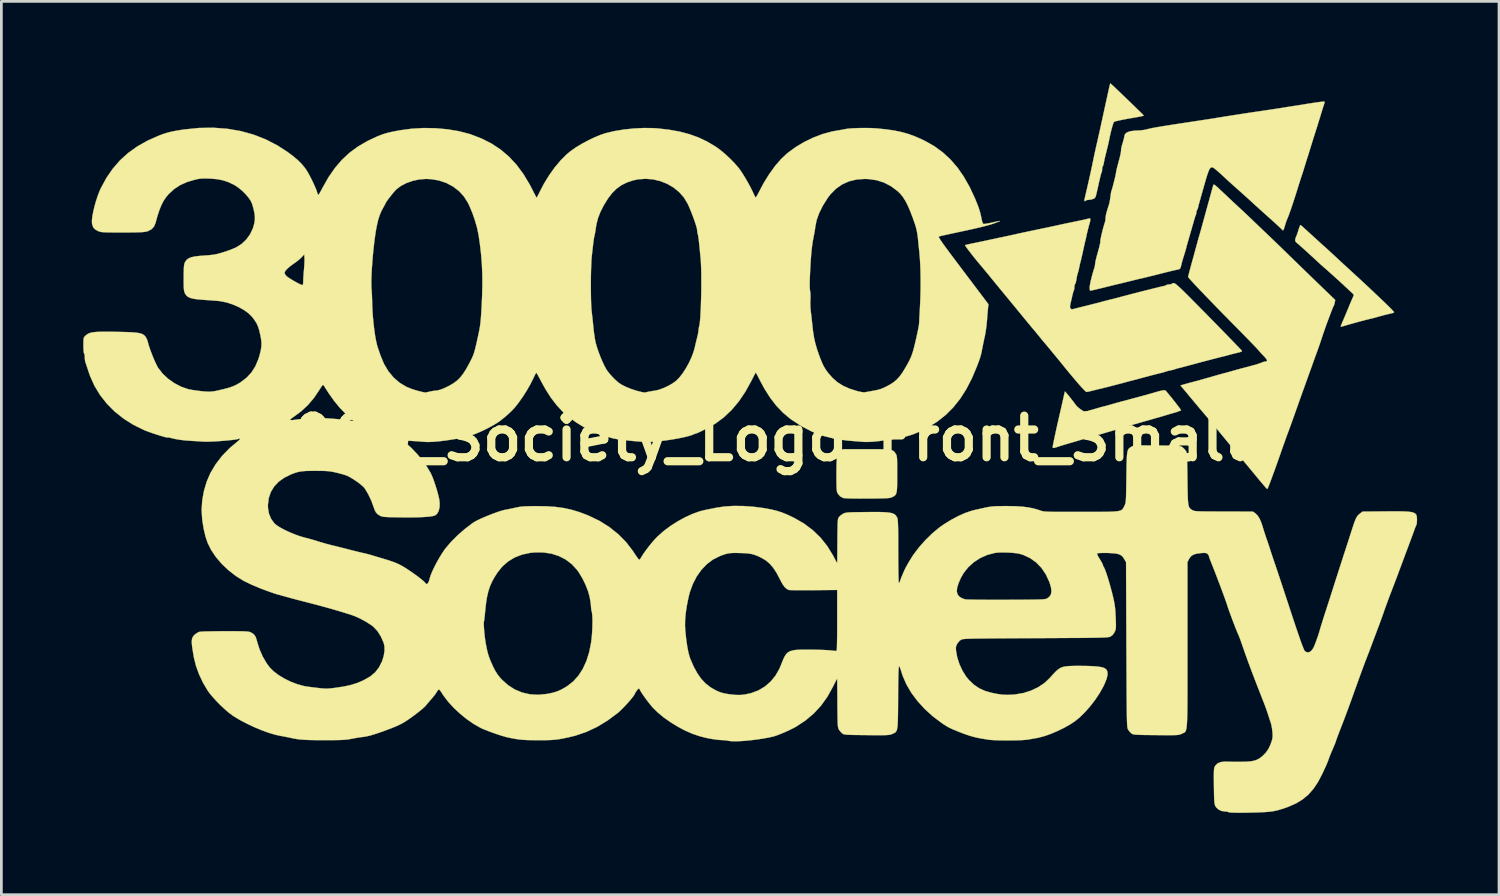
<source format=kicad_pcb>
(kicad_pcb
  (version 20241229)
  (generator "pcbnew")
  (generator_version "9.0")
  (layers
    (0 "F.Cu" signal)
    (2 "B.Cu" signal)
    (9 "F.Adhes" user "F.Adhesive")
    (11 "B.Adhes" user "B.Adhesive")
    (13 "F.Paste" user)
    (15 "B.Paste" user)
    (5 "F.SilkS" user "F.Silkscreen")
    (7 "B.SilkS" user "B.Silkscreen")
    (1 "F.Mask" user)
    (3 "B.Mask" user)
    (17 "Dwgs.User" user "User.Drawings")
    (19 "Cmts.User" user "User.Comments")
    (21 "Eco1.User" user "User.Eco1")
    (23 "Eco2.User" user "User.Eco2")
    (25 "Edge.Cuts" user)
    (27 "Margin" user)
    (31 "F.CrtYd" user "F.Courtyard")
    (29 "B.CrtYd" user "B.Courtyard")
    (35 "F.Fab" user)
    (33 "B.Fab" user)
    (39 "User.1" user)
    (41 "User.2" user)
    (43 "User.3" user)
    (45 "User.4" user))
  (footprint "3000_Society_Logo_Front_Small"
    (layer "F.Cu")
    (at 24.414 13.008)
    (property "Reference" "3000_Society_Logo_Front_Small" (at 0 0 0) (layer "F.SilkS") (effects (font (size 1.524 1.524) (thickness 0.3))))
    (attr through_hole)
    (fp_poly (pts (xy 4.515 0.394) (xy 4.718 0.395) (xy 4.88 0.398) (xy 5.007 0.404) (xy 5.105 0.413) (xy 5.178 0.426) (xy 5.231 0.444) (xy 5.271 0.468) (xy 5.301 0.499) (xy 5.328 0.537) (xy 5.34 0.555) (xy 5.358 0.585) (xy 5.371 0.616) (xy 5.381 0.654) (xy 5.388 0.707) (xy 5.393 0.78) (xy 5.396 0.88) (xy 5.397 1.015) (xy 5.397 1.19) (xy 5.397 1.309) (xy 5.397 1.524) (xy 5.396 1.694) (xy 5.391 1.825) (xy 5.383 1.924) (xy 5.369 1.996) (xy 5.348 2.048) (xy 5.319 2.085) (xy 5.281 2.114) (xy 5.233 2.14) (xy 5.215 2.149) (xy 5.185 2.162) (xy 5.149 2.173) (xy 5.102 2.182) (xy 5.038 2.188) (xy 4.952 2.193) (xy 4.838 2.196) (xy 4.689 2.199) (xy 4.5 2.201) (xy 4.305 2.202) (xy 4.044 2.203) (xy 3.824 2.201) (xy 3.65 2.198) (xy 3.521 2.192) (xy 3.441 2.185) (xy 3.416 2.18) (xy 3.302 2.117) (xy 3.22 2.018) (xy 3.208 1.997) (xy 3.196 1.964) (xy 3.186 1.915) (xy 3.18 1.843) (xy 3.175 1.743) (xy 3.173 1.608) (xy 3.172 1.433) (xy 3.172 1.306) (xy 3.173 1.09) (xy 3.176 0.92) (xy 3.183 0.787) (xy 3.193 0.687) (xy 3.209 0.612) (xy 3.232 0.556) (xy 3.262 0.513) (xy 3.301 0.477) (xy 3.331 0.455) (xy 3.416 0.394) (xy 4.267 0.394) (xy 4.515 0.394)) (stroke (width 0.01) (type solid)) (fill yes) (layer "F.SilkS"))
    (fp_poly (pts (xy 20.194 -7.799) (xy 20.248 -7.752) (xy 20.324 -7.683) (xy 20.415 -7.6) (xy 20.438 -7.58) (xy 20.644 -7.391) (xy 20.834 -7.218) (xy 21 -7.067) (xy 21.119 -6.961) (xy 21.18 -6.906) (xy 21.265 -6.828) (xy 21.362 -6.738) (xy 21.437 -6.668) (xy 21.522 -6.589) (xy 21.635 -6.485) (xy 21.767 -6.363) (xy 21.909 -6.232) (xy 22.052 -6.101) (xy 22.099 -6.058) (xy 22.307 -5.867) (xy 22.511 -5.678) (xy 22.707 -5.495) (xy 22.892 -5.321) (xy 23.063 -5.159) (xy 23.216 -5.013) (xy 23.347 -4.886) (xy 23.455 -4.78) (xy 23.534 -4.699) (xy 23.583 -4.647) (xy 23.597 -4.627) (xy 23.589 -4.612) (xy 23.562 -4.598) (xy 23.506 -4.582) (xy 23.412 -4.56) (xy 23.355 -4.547) (xy 23.28 -4.529) (xy 23.177 -4.502) (xy 23.069 -4.472) (xy 23.063 -4.471) (xy 22.958 -4.441) (xy 22.859 -4.414) (xy 22.788 -4.396) (xy 22.784 -4.395) (xy 22.547 -4.338) (xy 22.282 -4.268) (xy 21.978 -4.183) (xy 21.92 -4.166) (xy 21.8 -4.131) (xy 21.72 -4.108) (xy 21.673 -4.096) (xy 21.649 -4.092) (xy 21.641 -4.095) (xy 21.641 -4.097) (xy 21.65 -4.127) (xy 21.675 -4.19) (xy 21.709 -4.275) (xy 21.749 -4.366) (xy 21.756 -4.381) (xy 21.778 -4.433) (xy 21.815 -4.521) (xy 21.861 -4.632) (xy 21.913 -4.755) (xy 21.921 -4.775) (xy 21.973 -4.901) (xy 22.022 -5.017) (xy 22.063 -5.111) (xy 22.089 -5.172) (xy 22.092 -5.177) (xy 22.115 -5.235) (xy 22.114 -5.271) (xy 22.085 -5.304) (xy 22.083 -5.306) (xy 22.046 -5.34) (xy 21.981 -5.4) (xy 21.897 -5.478) (xy 21.804 -5.564) (xy 21.649 -5.708) (xy 21.487 -5.855) (xy 21.328 -5.999) (xy 21.183 -6.129) (xy 21.062 -6.236) (xy 21.031 -6.262) (xy 20.961 -6.324) (xy 20.869 -6.407) (xy 20.771 -6.497) (xy 20.726 -6.54) (xy 20.606 -6.65) (xy 20.48 -6.766) (xy 20.356 -6.879) (xy 20.239 -6.983) (xy 20.14 -7.072) (xy 20.064 -7.138) (xy 20.027 -7.168) (xy 19.982 -7.215) (xy 19.973 -7.267) (xy 19.979 -7.299) (xy 19.996 -7.363) (xy 20.014 -7.404) (xy 20.03 -7.439) (xy 20.055 -7.509) (xy 20.085 -7.601) (xy 20.092 -7.627) (xy 20.122 -7.717) (xy 20.148 -7.784) (xy 20.166 -7.816) (xy 20.169 -7.817) (xy 20.194 -7.799)) (stroke (width 0.01) (type solid)) (fill yes) (layer "F.SilkS"))
    (fp_poly (pts (xy 13.22 -12.99) (xy 13.269 -12.948) (xy 13.341 -12.883) (xy 13.427 -12.801) (xy 13.443 -12.786) (xy 13.54 -12.692) (xy 13.662 -12.574) (xy 13.798 -12.443) (xy 13.937 -12.309) (xy 14.046 -12.204) (xy 14.159 -12.095) (xy 14.258 -11.998) (xy 14.338 -11.919) (xy 14.395 -11.863) (xy 14.421 -11.835) (xy 14.422 -11.833) (xy 14.423 -11.826) (xy 14.413 -11.818) (xy 14.387 -11.809) (xy 14.34 -11.798) (xy 14.265 -11.783) (xy 14.157 -11.764) (xy 14.01 -11.738) (xy 13.843 -11.709) (xy 13.693 -11.681) (xy 13.559 -11.654) (xy 13.449 -11.629) (xy 13.373 -11.609) (xy 13.338 -11.594) (xy 13.318 -11.556) (xy 13.291 -11.477) (xy 13.259 -11.367) (xy 13.225 -11.233) (xy 13.191 -11.086) (xy 13.16 -10.935) (xy 13.158 -10.922) (xy 13.141 -10.843) (xy 13.116 -10.734) (xy 13.088 -10.618) (xy 13.081 -10.592) (xy 13.042 -10.434) (xy 13.013 -10.316) (xy 12.992 -10.228) (xy 12.978 -10.159) (xy 12.967 -10.099) (xy 12.963 -10.077) (xy 12.947 -10.011) (xy 12.929 -9.971) (xy 12.925 -9.967) (xy 12.911 -9.935) (xy 12.903 -9.874) (xy 12.903 -9.858) (xy 12.899 -9.791) (xy 12.888 -9.748) (xy 12.885 -9.744) (xy 12.878 -9.733) (xy 12.869 -9.711) (xy 12.858 -9.672) (xy 12.842 -9.61) (xy 12.821 -9.52) (xy 12.792 -9.396) (xy 12.756 -9.232) (xy 12.72 -9.072) (xy 12.693 -8.955) (xy 12.672 -8.877) (xy 12.652 -8.829) (xy 12.627 -8.8) (xy 12.594 -8.781) (xy 12.576 -8.773) (xy 12.491 -8.748) (xy 12.407 -8.738) (xy 12.406 -8.738) (xy 12.344 -8.731) (xy 12.307 -8.714) (xy 12.306 -8.712) (xy 12.276 -8.686) (xy 12.255 -8.703) (xy 12.255 -8.744) (xy 12.265 -8.787) (xy 12.284 -8.87) (xy 12.31 -8.984) (xy 12.342 -9.119) (xy 12.368 -9.233) (xy 12.406 -9.398) (xy 12.444 -9.569) (xy 12.48 -9.729) (xy 12.509 -9.863) (xy 12.521 -9.919) (xy 12.581 -10.209) (xy 12.632 -10.452) (xy 12.675 -10.647) (xy 12.709 -10.794) (xy 12.712 -10.808) (xy 12.724 -10.858) (xy 12.736 -10.912) (xy 12.75 -10.974) (xy 12.767 -11.049) (xy 12.788 -11.143) (xy 12.814 -11.259) (xy 12.845 -11.402) (xy 12.884 -11.579) (xy 12.93 -11.792) (xy 12.986 -12.048) (xy 13.02 -12.205) (xy 13.062 -12.397) (xy 13.101 -12.574) (xy 13.135 -12.727) (xy 13.163 -12.853) (xy 13.185 -12.944) (xy 13.197 -12.994) (xy 13.2 -13.003) (xy 13.22 -12.99)) (stroke (width 0.01) (type solid)) (fill yes) (layer "F.SilkS"))
    (fp_poly (pts (xy 15.218 -1.756) (xy 15.239 -1.74) (xy 15.259 -1.717) (xy 15.278 -1.694) (xy 15.335 -1.626) (xy 15.406 -1.54) (xy 15.486 -1.441) (xy 15.567 -1.339) (xy 15.644 -1.24) (xy 15.711 -1.152) (xy 15.762 -1.084) (xy 15.791 -1.042) (xy 15.795 -1.033) (xy 15.74 -1.006) (xy 15.655 -0.974) (xy 15.56 -0.944) (xy 15.545 -0.94) (xy 15.423 -0.906) (xy 15.312 -0.873) (xy 15.215 -0.843) (xy 15.158 -0.826) (xy 15.064 -0.799) (xy 14.945 -0.764) (xy 14.812 -0.727) (xy 14.77 -0.715) (xy 14.39 -0.607) (xy 14.038 -0.506) (xy 13.721 -0.413) (xy 13.444 -0.33) (xy 13.36 -0.305) (xy 13.296 -0.286) (xy 13.212 -0.261) (xy 13.183 -0.253) (xy 13.084 -0.225) (xy 12.985 -0.195) (xy 12.965 -0.189) (xy 12.884 -0.165) (xy 12.779 -0.136) (xy 12.699 -0.114) (xy 12.587 -0.084) (xy 12.457 -0.047) (xy 12.344 -0.014) (xy 12.22 0.024) (xy 12.083 0.065) (xy 11.976 0.097) (xy 11.784 0.153) (xy 11.632 0.197) (xy 11.513 0.233) (xy 11.419 0.261) (xy 11.342 0.286) (xy 11.276 0.308) (xy 11.179 0.339) (xy 11.123 0.351) (xy 11.097 0.341) (xy 11.093 0.305) (xy 11.102 0.248) (xy 11.111 0.203) (xy 11.122 0.147) (xy 11.137 0.075) (xy 11.157 -0.021) (xy 11.185 -0.148) (xy 11.22 -0.313) (xy 11.252 -0.457) (xy 11.266 -0.522) (xy 11.29 -0.625) (xy 11.319 -0.753) (xy 11.352 -0.895) (xy 11.368 -0.965) (xy 11.403 -1.117) (xy 11.437 -1.267) (xy 11.467 -1.402) (xy 11.491 -1.507) (xy 11.497 -1.537) (xy 11.517 -1.625) (xy 11.533 -1.69) (xy 11.542 -1.72) (xy 11.542 -1.721) (xy 11.559 -1.705) (xy 11.6 -1.658) (xy 11.657 -1.589) (xy 11.724 -1.506) (xy 11.792 -1.42) (xy 11.856 -1.338) (xy 11.906 -1.271) (xy 11.937 -1.226) (xy 11.938 -1.225) (xy 11.978 -1.179) (xy 12.046 -1.118) (xy 12.118 -1.063) (xy 12.199 -1.009) (xy 12.254 -0.983) (xy 12.296 -0.98) (xy 12.322 -0.987) (xy 12.387 -1.009) (xy 12.469 -1.033) (xy 12.484 -1.037) (xy 12.569 -1.06) (xy 12.672 -1.09) (xy 12.725 -1.106) (xy 12.822 -1.134) (xy 12.913 -1.159) (xy 12.954 -1.17) (xy 13.045 -1.192) (xy 13.132 -1.216) (xy 13.317 -1.269) (xy 13.461 -1.31) (xy 13.573 -1.341) (xy 13.659 -1.364) (xy 13.691 -1.372) (xy 13.782 -1.395) (xy 13.868 -1.419) (xy 13.931 -1.436) (xy 14.028 -1.463) (xy 14.142 -1.493) (xy 14.211 -1.512) (xy 14.327 -1.542) (xy 14.432 -1.571) (xy 14.512 -1.592) (xy 14.541 -1.601) (xy 14.737 -1.657) (xy 14.889 -1.701) (xy 15.005 -1.733) (xy 15.09 -1.753) (xy 15.149 -1.764) (xy 15.19 -1.764) (xy 15.218 -1.756)) (stroke (width 0.01) (type solid)) (fill yes) (layer "F.SilkS"))
    (fp_poly (pts (xy 17.056 -9.262) (xy 17.14 -9.19) (xy 17.177 -9.155) (xy 17.383 -8.961) (xy 17.556 -8.798) (xy 17.699 -8.663) (xy 17.818 -8.553) (xy 17.914 -8.463) (xy 17.946 -8.434) (xy 18.021 -8.365) (xy 18.121 -8.272) (xy 18.234 -8.165) (xy 18.348 -8.056) (xy 18.377 -8.028) (xy 18.505 -7.905) (xy 18.65 -7.766) (xy 18.794 -7.629) (xy 18.92 -7.51) (xy 18.923 -7.507) (xy 19.014 -7.42) (xy 19.133 -7.306) (xy 19.272 -7.172) (xy 19.424 -7.025) (xy 19.58 -6.873) (xy 19.724 -6.732) (xy 19.89 -6.571) (xy 20.081 -6.385) (xy 20.286 -6.186) (xy 20.493 -5.986) (xy 20.69 -5.795) (xy 20.85 -5.64) (xy 21.441 -5.07) (xy 21.424 -4.98) (xy 21.408 -4.912) (xy 21.391 -4.867) (xy 21.389 -4.864) (xy 21.37 -4.828) (xy 21.341 -4.76) (xy 21.317 -4.699) (xy 21.285 -4.615) (xy 21.242 -4.501) (xy 21.194 -4.375) (xy 21.163 -4.293) (xy 21.11 -4.15) (xy 21.052 -3.984) (xy 20.996 -3.821) (xy 20.967 -3.734) (xy 20.921 -3.594) (xy 20.871 -3.447) (xy 20.825 -3.314) (xy 20.798 -3.239) (xy 20.75 -3.108) (xy 20.697 -2.962) (xy 20.65 -2.832) (xy 20.592 -2.669) (xy 20.521 -2.472) (xy 20.443 -2.256) (xy 20.364 -2.035) (xy 20.294 -1.841) (xy 20.251 -1.724) (xy 20.199 -1.577) (xy 20.144 -1.423) (xy 20.099 -1.295) (xy 20.003 -1.025) (xy 19.923 -0.799) (xy 19.857 -0.615) (xy 19.805 -0.469) (xy 19.764 -0.358) (xy 19.735 -0.278) (xy 19.716 -0.227) (xy 19.711 -0.216) (xy 19.693 -0.168) (xy 19.661 -0.082) (xy 19.62 0.035) (xy 19.571 0.172) (xy 19.519 0.318) (xy 19.398 0.663) (xy 19.292 0.963) (xy 19.201 1.216) (xy 19.124 1.425) (xy 19.063 1.592) (xy 19.014 1.716) (xy 18.98 1.8) (xy 18.958 1.845) (xy 18.95 1.854) (xy 18.93 1.836) (xy 18.883 1.784) (xy 18.814 1.704) (xy 18.729 1.604) (xy 18.632 1.488) (xy 18.625 1.48) (xy 18.4 1.207) (xy 18.201 0.967) (xy 18.025 0.756) (xy 17.866 0.566) (xy 17.806 0.495) (xy 17.661 0.323) (xy 17.496 0.125) (xy 17.323 -0.085) (xy 17.153 -0.291) (xy 17.073 -0.389) (xy 16.981 -0.501) (xy 16.87 -0.634) (xy 16.755 -0.772) (xy 16.654 -0.89) (xy 16.551 -1.011) (xy 16.429 -1.155) (xy 16.301 -1.308) (xy 16.181 -1.452) (xy 16.147 -1.492) (xy 16.053 -1.606) (xy 15.966 -1.711) (xy 15.893 -1.798) (xy 15.842 -1.858) (xy 15.823 -1.881) (xy 15.772 -1.939) (xy 15.868 -1.969) (xy 15.933 -1.988) (xy 16.032 -2.016) (xy 16.149 -2.047) (xy 16.231 -2.069) (xy 16.347 -2.099) (xy 16.451 -2.127) (xy 16.528 -2.149) (xy 16.561 -2.158) (xy 16.628 -2.178) (xy 16.711 -2.202) (xy 16.726 -2.206) (xy 16.804 -2.227) (xy 16.907 -2.256) (xy 17.005 -2.285) (xy 17.095 -2.311) (xy 17.172 -2.333) (xy 17.253 -2.355) (xy 17.351 -2.382) (xy 17.482 -2.416) (xy 17.565 -2.439) (xy 17.639 -2.46) (xy 17.653 -2.464) (xy 17.732 -2.487) (xy 17.838 -2.517) (xy 17.977 -2.555) (xy 18.158 -2.603) (xy 18.161 -2.603) (xy 18.319 -2.645) (xy 18.437 -2.677) (xy 18.525 -2.701) (xy 18.592 -2.722) (xy 18.647 -2.74) (xy 18.701 -2.76) (xy 18.762 -2.785) (xy 18.778 -2.791) (xy 18.847 -2.812) (xy 18.899 -2.819) (xy 18.941 -2.833) (xy 18.94 -2.873) (xy 18.896 -2.94) (xy 18.813 -3.029) (xy 18.741 -3.103) (xy 18.679 -3.171) (xy 18.64 -3.219) (xy 18.639 -3.22) (xy 18.613 -3.25) (xy 18.555 -3.313) (xy 18.47 -3.402) (xy 18.36 -3.516) (xy 18.231 -3.649) (xy 18.085 -3.798) (xy 17.928 -3.958) (xy 17.853 -4.034) (xy 17.585 -4.306) (xy 17.331 -4.564) (xy 17.095 -4.806) (xy 16.877 -5.031) (xy 16.68 -5.234) (xy 16.506 -5.416) (xy 16.358 -5.572) (xy 16.236 -5.702) (xy 16.144 -5.804) (xy 16.082 -5.874) (xy 16.054 -5.911) (xy 16.053 -5.915) (xy 16.059 -5.948) (xy 16.077 -6.021) (xy 16.105 -6.126) (xy 16.139 -6.253) (xy 16.167 -6.357) (xy 16.213 -6.523) (xy 16.262 -6.7) (xy 16.308 -6.871) (xy 16.348 -7.016) (xy 16.36 -7.061) (xy 16.393 -7.182) (xy 16.423 -7.291) (xy 16.446 -7.374) (xy 16.459 -7.417) (xy 16.471 -7.456) (xy 16.485 -7.504) (xy 16.503 -7.568) (xy 16.527 -7.654) (xy 16.559 -7.768) (xy 16.599 -7.916) (xy 16.651 -8.106) (xy 16.664 -8.153) (xy 16.736 -8.415) (xy 16.801 -8.65) (xy 16.857 -8.854) (xy 16.904 -9.024) (xy 16.941 -9.156) (xy 16.967 -9.247) (xy 16.981 -9.292) (xy 16.981 -9.294) (xy 17.004 -9.297) (xy 17.056 -9.262)) (stroke (width 0.01) (type solid)) (fill yes) (layer "F.SilkS"))
    (fp_poly (pts (xy 12.469 -8.045) (xy 12.471 -8.02) (xy 12.464 -7.957) (xy 12.447 -7.889) (xy 12.424 -7.811) (xy 12.396 -7.706) (xy 12.368 -7.592) (xy 12.343 -7.488) (xy 12.328 -7.417) (xy 12.314 -7.347) (xy 12.294 -7.267) (xy 12.294 -7.264) (xy 12.279 -7.205) (xy 12.257 -7.109) (xy 12.231 -6.99) (xy 12.205 -6.871) (xy 12.177 -6.745) (xy 12.151 -6.631) (xy 12.13 -6.541) (xy 12.117 -6.49) (xy 12.099 -6.422) (xy 12.078 -6.329) (xy 12.064 -6.261) (xy 12.045 -6.17) (xy 12.025 -6.094) (xy 12.013 -6.058) (xy 11.994 -5.997) (xy 11.978 -5.921) (xy 11.977 -5.918) (xy 11.957 -5.794) (xy 11.939 -5.712) (xy 11.923 -5.666) (xy 11.91 -5.65) (xy 11.895 -5.618) (xy 11.887 -5.556) (xy 11.887 -5.54) (xy 11.883 -5.473) (xy 11.872 -5.43) (xy 11.869 -5.426) (xy 11.855 -5.394) (xy 11.835 -5.326) (xy 11.812 -5.234) (xy 11.807 -5.212) (xy 11.783 -5.102) (xy 11.758 -4.998) (xy 11.739 -4.92) (xy 11.738 -4.917) (xy 11.726 -4.822) (xy 11.743 -4.758) (xy 11.786 -4.73) (xy 11.82 -4.732) (xy 11.863 -4.743) (xy 11.945 -4.764) (xy 12.056 -4.792) (xy 12.186 -4.824) (xy 12.243 -4.839) (xy 12.38 -4.873) (xy 12.507 -4.905) (xy 12.613 -4.932) (xy 12.684 -4.95) (xy 12.7 -4.953) (xy 12.786 -4.975) (xy 12.88 -5.001) (xy 12.89 -5.004) (xy 12.998 -5.033) (xy 13.126 -5.066) (xy 13.278 -5.103) (xy 13.35 -5.121) (xy 13.451 -5.147) (xy 13.558 -5.176) (xy 13.564 -5.178) (xy 13.687 -5.211) (xy 13.837 -5.25) (xy 14.006 -5.294) (xy 14.187 -5.341) (xy 14.371 -5.388) (xy 14.552 -5.434) (xy 14.723 -5.477) (xy 14.876 -5.514) (xy 15.003 -5.546) (xy 15.097 -5.568) (xy 15.152 -5.58) (xy 15.158 -5.581) (xy 15.219 -5.596) (xy 15.254 -5.615) (xy 15.254 -5.616) (xy 15.287 -5.632) (xy 15.348 -5.639) (xy 15.354 -5.639) (xy 15.417 -5.646) (xy 15.454 -5.662) (xy 15.456 -5.664) (xy 15.491 -5.684) (xy 15.531 -5.69) (xy 15.563 -5.678) (xy 15.615 -5.642) (xy 15.69 -5.578) (xy 15.792 -5.484) (xy 15.922 -5.358) (xy 16.032 -5.249) (xy 16.178 -5.102) (xy 16.337 -4.941) (xy 16.507 -4.769) (xy 16.684 -4.59) (xy 16.863 -4.407) (xy 17.042 -4.225) (xy 17.216 -4.047) (xy 17.383 -3.876) (xy 17.538 -3.716) (xy 17.678 -3.572) (xy 17.799 -3.446) (xy 17.899 -3.342) (xy 17.973 -3.265) (xy 18.017 -3.216) (xy 18.029 -3.202) (xy 18.011 -3.184) (xy 17.958 -3.162) (xy 17.915 -3.151) (xy 17.763 -3.114) (xy 17.644 -3.084) (xy 17.541 -3.056) (xy 17.513 -3.048) (xy 17.422 -3.023) (xy 17.332 -3.001) (xy 17.323 -2.999) (xy 17.248 -2.981) (xy 17.133 -2.952) (xy 16.987 -2.914) (xy 16.819 -2.87) (xy 16.638 -2.823) (xy 16.453 -2.774) (xy 16.273 -2.726) (xy 16.107 -2.681) (xy 15.964 -2.642) (xy 15.9 -2.625) (xy 15.811 -2.601) (xy 15.731 -2.581) (xy 15.697 -2.574) (xy 15.625 -2.555) (xy 15.583 -2.54) (xy 15.518 -2.518) (xy 15.462 -2.504) (xy 15.38 -2.487) (xy 15.323 -2.475) (xy 15.25 -2.455) (xy 15.202 -2.438) (xy 15.135 -2.416) (xy 15.088 -2.405) (xy 15.037 -2.393) (xy 14.947 -2.371) (xy 14.83 -2.341) (xy 14.695 -2.306) (xy 14.554 -2.269) (xy 14.416 -2.232) (xy 14.292 -2.198) (xy 14.287 -2.197) (xy 14.189 -2.17) (xy 14.095 -2.145) (xy 14.046 -2.133) (xy 13.955 -2.11) (xy 13.868 -2.087) (xy 13.784 -2.064) (xy 13.67 -2.033) (xy 13.535 -1.998) (xy 13.39 -1.96) (xy 13.245 -1.922) (xy 13.111 -1.887) (xy 12.997 -1.859) (xy 12.914 -1.838) (xy 12.878 -1.829) (xy 12.811 -1.814) (xy 12.714 -1.79) (xy 12.604 -1.763) (xy 12.576 -1.756) (xy 12.475 -1.731) (xy 12.391 -1.713) (xy 12.338 -1.703) (xy 12.329 -1.702) (xy 12.302 -1.72) (xy 12.248 -1.771) (xy 12.175 -1.847) (xy 12.088 -1.943) (xy 12.034 -2.005) (xy 11.924 -2.134) (xy 11.806 -2.274) (xy 11.693 -2.409) (xy 11.598 -2.524) (xy 11.582 -2.544) (xy 11.488 -2.66) (xy 11.388 -2.784) (xy 11.295 -2.897) (xy 11.245 -2.958) (xy 11.156 -3.065) (xy 11.055 -3.189) (xy 10.959 -3.305) (xy 10.94 -3.327) (xy 10.872 -3.41) (xy 10.815 -3.478) (xy 10.778 -3.521) (xy 10.769 -3.531) (xy 10.748 -3.555) (xy 10.703 -3.609) (xy 10.641 -3.686) (xy 10.592 -3.747) (xy 10.511 -3.846) (xy 10.43 -3.944) (xy 10.363 -4.024) (xy 10.338 -4.053) (xy 10.291 -4.109) (xy 10.219 -4.195) (xy 10.132 -4.301) (xy 10.037 -4.416) (xy 9.995 -4.468) (xy 9.886 -4.601) (xy 9.767 -4.746) (xy 9.652 -4.886) (xy 9.554 -5.005) (xy 9.538 -5.025) (xy 9.457 -5.123) (xy 9.384 -5.211) (xy 9.328 -5.279) (xy 9.297 -5.318) (xy 9.297 -5.318) (xy 9.258 -5.365) (xy 9.203 -5.432) (xy 9.169 -5.472) (xy 9.123 -5.529) (xy 9.051 -5.615) (xy 8.964 -5.722) (xy 8.868 -5.839) (xy 8.814 -5.906) (xy 8.718 -6.023) (xy 8.627 -6.133) (xy 8.549 -6.228) (xy 8.491 -6.298) (xy 8.469 -6.323) (xy 8.388 -6.419) (xy 8.298 -6.528) (xy 8.205 -6.643) (xy 8.115 -6.758) (xy 8.032 -6.864) (xy 7.963 -6.956) (xy 7.912 -7.027) (xy 7.884 -7.069) (xy 7.882 -7.077) (xy 7.91 -7.087) (xy 7.979 -7.104) (xy 8.077 -7.126) (xy 8.194 -7.151) (xy 8.196 -7.151) (xy 8.343 -7.181) (xy 8.5 -7.214) (xy 8.645 -7.245) (xy 8.725 -7.262) (xy 8.845 -7.288) (xy 8.995 -7.32) (xy 9.153 -7.354) (xy 9.271 -7.378) (xy 9.409 -7.408) (xy 9.545 -7.437) (xy 9.663 -7.463) (xy 9.741 -7.481) (xy 9.812 -7.497) (xy 9.922 -7.521) (xy 10.063 -7.551) (xy 10.223 -7.585) (xy 10.393 -7.621) (xy 10.439 -7.63) (xy 10.618 -7.668) (xy 10.796 -7.705) (xy 10.963 -7.74) (xy 11.106 -7.771) (xy 11.213 -7.794) (xy 11.227 -7.797) (xy 11.317 -7.817) (xy 11.404 -7.836) (xy 11.498 -7.856) (xy 11.606 -7.879) (xy 11.737 -7.906) (xy 11.899 -7.94) (xy 12.102 -7.982) (xy 12.129 -7.987) (xy 12.234 -8.01) (xy 12.328 -8.032) (xy 12.394 -8.049) (xy 12.402 -8.051) (xy 12.451 -8.062) (xy 12.469 -8.045)) (stroke (width 0.01) (type solid)) (fill yes) (layer "F.SilkS"))
    (fp_poly (pts (xy 21.048 -12.336) (xy 21.051 -12.304) (xy 21.036 -12.25) (xy 21.017 -12.193) (xy 20.988 -12.104) (xy 20.955 -11.999) (xy 20.944 -11.963) (xy 20.885 -11.768) (xy 20.836 -11.61) (xy 20.797 -11.481) (xy 20.762 -11.37) (xy 20.729 -11.267) (xy 20.7 -11.176) (xy 20.663 -11.061) (xy 20.618 -10.917) (xy 20.571 -10.765) (xy 20.537 -10.655) (xy 20.499 -10.532) (xy 20.465 -10.422) (xy 20.438 -10.337) (xy 20.422 -10.287) (xy 20.422 -10.287) (xy 20.406 -10.237) (xy 20.379 -10.151) (xy 20.346 -10.044) (xy 20.319 -9.957) (xy 20.284 -9.843) (xy 20.253 -9.743) (xy 20.229 -9.67) (xy 20.219 -9.639) (xy 20.203 -9.594) (xy 20.177 -9.514) (xy 20.144 -9.41) (xy 20.12 -9.335) (xy 20.038 -9.071) (xy 19.96 -8.827) (xy 19.889 -8.609) (xy 19.826 -8.421) (xy 19.772 -8.267) (xy 19.73 -8.152) (xy 19.7 -8.08) (xy 19.699 -8.077) (xy 19.662 -7.99) (xy 19.624 -7.88) (xy 19.598 -7.791) (xy 19.565 -7.685) (xy 19.538 -7.629) (xy 19.514 -7.622) (xy 19.503 -7.64) (xy 19.482 -7.662) (xy 19.429 -7.712) (xy 19.35 -7.786) (xy 19.25 -7.878) (xy 19.135 -7.982) (xy 19.101 -8.013) (xy 18.946 -8.151) (xy 18.824 -8.261) (xy 18.728 -8.347) (xy 18.653 -8.415) (xy 18.593 -8.469) (xy 18.543 -8.514) (xy 18.497 -8.556) (xy 18.45 -8.6) (xy 18.395 -8.65) (xy 18.364 -8.679) (xy 18.264 -8.77) (xy 18.143 -8.879) (xy 18.018 -8.991) (xy 17.932 -9.068) (xy 17.813 -9.173) (xy 17.719 -9.257) (xy 17.639 -9.329) (xy 17.563 -9.398) (xy 17.48 -9.473) (xy 17.381 -9.566) (xy 17.262 -9.675) (xy 17.162 -9.765) (xy 17.073 -9.842) (xy 17.001 -9.898) (xy 16.955 -9.927) (xy 16.945 -9.931) (xy 16.915 -9.928) (xy 16.889 -9.92) (xy 16.865 -9.902) (xy 16.84 -9.869) (xy 16.814 -9.817) (xy 16.785 -9.742) (xy 16.75 -9.64) (xy 16.709 -9.505) (xy 16.659 -9.334) (xy 16.599 -9.122) (xy 16.533 -8.89) (xy 16.504 -8.784) (xy 16.476 -8.686) (xy 16.456 -8.614) (xy 16.455 -8.611) (xy 16.433 -8.528) (xy 16.416 -8.453) (xy 16.416 -8.452) (xy 16.399 -8.395) (xy 16.38 -8.367) (xy 16.363 -8.334) (xy 16.358 -8.291) (xy 16.348 -8.223) (xy 16.335 -8.185) (xy 16.314 -8.134) (xy 16.29 -8.058) (xy 16.281 -8.026) (xy 16.257 -7.942) (xy 16.236 -7.867) (xy 16.23 -7.849) (xy 16.212 -7.788) (xy 16.188 -7.702) (xy 16.172 -7.645) (xy 16.145 -7.553) (xy 16.111 -7.434) (xy 16.076 -7.313) (xy 16.069 -7.29) (xy 16.037 -7.182) (xy 16.01 -7.084) (xy 15.991 -7.012) (xy 15.988 -6.998) (xy 15.971 -6.932) (xy 15.945 -6.841) (xy 15.923 -6.769) (xy 15.881 -6.637) (xy 15.85 -6.535) (xy 15.825 -6.445) (xy 15.801 -6.348) (xy 15.797 -6.332) (xy 15.776 -6.255) (xy 15.752 -6.214) (xy 15.714 -6.194) (xy 15.664 -6.184) (xy 15.61 -6.172) (xy 15.516 -6.151) (xy 15.39 -6.121) (xy 15.241 -6.084) (xy 15.078 -6.043) (xy 15.015 -6.027) (xy 14.849 -5.985) (xy 14.693 -5.946) (xy 14.557 -5.913) (xy 14.449 -5.886) (xy 14.379 -5.87) (xy 14.364 -5.866) (xy 14.307 -5.854) (xy 14.247 -5.84) (xy 14.171 -5.822) (xy 14.067 -5.796) (xy 13.945 -5.766) (xy 13.816 -5.734) (xy 13.685 -5.702) (xy 13.6 -5.681) (xy 13.549 -5.669) (xy 13.467 -5.65) (xy 13.371 -5.627) (xy 13.253 -5.598) (xy 13.127 -5.567) (xy 13.043 -5.546) (xy 12.9 -5.51) (xy 12.763 -5.477) (xy 12.641 -5.448) (xy 12.544 -5.426) (xy 12.481 -5.414) (xy 12.465 -5.411) (xy 12.454 -5.433) (xy 12.447 -5.491) (xy 12.446 -5.527) (xy 12.454 -5.602) (xy 12.475 -5.715) (xy 12.507 -5.853) (xy 12.547 -6.007) (xy 12.593 -6.166) (xy 12.624 -6.263) (xy 12.642 -6.343) (xy 12.649 -6.411) (xy 12.656 -6.46) (xy 12.675 -6.547) (xy 12.703 -6.661) (xy 12.739 -6.79) (xy 12.751 -6.833) (xy 12.786 -6.961) (xy 12.814 -7.073) (xy 12.833 -7.161) (xy 12.839 -7.213) (xy 12.838 -7.221) (xy 12.84 -7.257) (xy 12.852 -7.33) (xy 12.874 -7.43) (xy 12.901 -7.545) (xy 12.931 -7.665) (xy 12.962 -7.776) (xy 12.99 -7.87) (xy 13.005 -7.914) (xy 13.022 -7.984) (xy 13.03 -8.068) (xy 13.03 -8.075) (xy 13.035 -8.134) (xy 13.049 -8.211) (xy 13.076 -8.313) (xy 13.117 -8.449) (xy 13.157 -8.575) (xy 13.173 -8.638) (xy 13.191 -8.733) (xy 13.206 -8.839) (xy 13.208 -8.849) (xy 13.221 -8.945) (xy 13.233 -9.02) (xy 13.242 -9.061) (xy 13.244 -9.064) (xy 13.257 -9.1) (xy 13.279 -9.174) (xy 13.306 -9.273) (xy 13.335 -9.386) (xy 13.363 -9.5) (xy 13.387 -9.604) (xy 13.405 -9.685) (xy 13.412 -9.731) (xy 13.412 -9.732) (xy 13.419 -9.778) (xy 13.437 -9.861) (xy 13.465 -9.972) (xy 13.499 -10.099) (xy 13.51 -10.141) (xy 13.545 -10.271) (xy 13.572 -10.388) (xy 13.59 -10.48) (xy 13.597 -10.538) (xy 13.597 -10.547) (xy 13.599 -10.597) (xy 13.616 -10.68) (xy 13.642 -10.779) (xy 13.651 -10.807) (xy 13.681 -10.908) (xy 13.704 -10.996) (xy 13.715 -11.056) (xy 13.716 -11.065) (xy 13.74 -11.144) (xy 13.81 -11.206) (xy 13.925 -11.249) (xy 14.084 -11.272) (xy 14.226 -11.278) (xy 14.34 -11.285) (xy 14.464 -11.304) (xy 14.521 -11.317) (xy 14.636 -11.345) (xy 14.762 -11.372) (xy 14.821 -11.383) (xy 14.931 -11.402) (xy 15.045 -11.421) (xy 15.1 -11.43) (xy 15.176 -11.443) (xy 15.293 -11.461) (xy 15.443 -11.485) (xy 15.617 -11.512) (xy 15.807 -11.541) (xy 16.004 -11.571) (xy 16.2 -11.601) (xy 16.385 -11.629) (xy 16.552 -11.654) (xy 16.586 -11.659) (xy 16.727 -11.681) (xy 16.863 -11.702) (xy 16.98 -11.72) (xy 17.063 -11.734) (xy 17.069 -11.735) (xy 17.149 -11.749) (xy 17.264 -11.767) (xy 17.398 -11.789) (xy 17.537 -11.811) (xy 17.539 -11.811) (xy 17.681 -11.833) (xy 17.822 -11.855) (xy 17.946 -11.874) (xy 18.034 -11.888) (xy 18.107 -11.9) (xy 18.221 -11.917) (xy 18.366 -11.938) (xy 18.531 -11.963) (xy 18.709 -11.989) (xy 18.796 -12.002) (xy 18.973 -12.028) (xy 19.142 -12.054) (xy 19.293 -12.077) (xy 19.417 -12.096) (xy 19.505 -12.109) (xy 19.533 -12.114) (xy 19.632 -12.131) (xy 19.754 -12.15) (xy 19.863 -12.167) (xy 19.981 -12.185) (xy 20.102 -12.204) (xy 20.193 -12.218) (xy 20.422 -12.256) (xy 20.622 -12.287) (xy 20.788 -12.311) (xy 20.916 -12.328) (xy 21.004 -12.337) (xy 21.045 -12.337) (xy 21.048 -12.336)) (stroke (width 0.01) (type solid)) (fill yes) (layer "F.SilkS"))
    (fp_poly (pts (xy -19.141 -11.342) (xy -18.65 -11.258) (xy -18.18 -11.128) (xy -17.73 -10.952) (xy -17.301 -10.73) (xy -16.945 -10.5) (xy -16.731 -10.341) (xy -16.557 -10.194) (xy -16.415 -10.053) (xy -16.297 -9.91) (xy -16.255 -9.851) (xy -16.198 -9.76) (xy -16.13 -9.639) (xy -16.059 -9.5) (xy -15.989 -9.356) (xy -15.927 -9.219) (xy -15.878 -9.103) (xy -15.851 -9.022) (xy -15.83 -8.957) (xy -15.81 -8.92) (xy -15.804 -8.916) (xy -15.786 -8.937) (xy -15.751 -8.995) (xy -15.702 -9.081) (xy -15.647 -9.186) (xy -15.646 -9.187) (xy -15.43 -9.569) (xy -15.196 -9.906) (xy -14.941 -10.203) (xy -14.661 -10.464) (xy -14.349 -10.693) (xy -14.002 -10.894) (xy -13.68 -11.046) (xy -13.555 -11.098) (xy -13.444 -11.14) (xy -13.335 -11.174) (xy -13.218 -11.205) (xy -13.08 -11.235) (xy -12.911 -11.268) (xy -12.788 -11.29) (xy -12.373 -11.345) (xy -11.943 -11.369) (xy -11.508 -11.361) (xy -11.079 -11.323) (xy -10.669 -11.255) (xy -10.287 -11.157) (xy -10.223 -11.137) (xy -9.822 -10.983) (xy -9.456 -10.797) (xy -9.123 -10.576) (xy -8.819 -10.317) (xy -8.542 -10.019) (xy -8.29 -9.678) (xy -8.06 -9.294) (xy -7.984 -9.147) (xy -7.926 -9.033) (xy -7.875 -8.935) (xy -7.837 -8.862) (xy -7.816 -8.825) (xy -7.814 -8.821) (xy -7.798 -8.836) (xy -7.767 -8.888) (xy -7.727 -8.966) (xy -7.714 -8.995) (xy -7.545 -9.322) (xy -7.354 -9.634) (xy -7.147 -9.924) (xy -6.93 -10.183) (xy -6.708 -10.405) (xy -6.559 -10.528) (xy -6.376 -10.656) (xy -6.163 -10.785) (xy -5.933 -10.909) (xy -5.701 -11.021) (xy -5.479 -11.114) (xy -5.291 -11.178) (xy -4.97 -11.255) (xy -4.617 -11.313) (xy -4.249 -11.352) (xy -3.881 -11.37) (xy -3.529 -11.365) (xy -3.388 -11.356) (xy -2.958 -11.307) (xy -2.567 -11.237) (xy -2.21 -11.142) (xy -1.877 -11.022) (xy -1.563 -10.872) (xy -1.26 -10.692) (xy -1.233 -10.675) (xy -1.071 -10.556) (xy -0.896 -10.409) (xy -0.721 -10.246) (xy -0.557 -10.078) (xy -0.418 -9.917) (xy -0.358 -9.838) (xy -0.271 -9.709) (xy -0.173 -9.55) (xy -0.073 -9.378) (xy 0.02 -9.207) (xy 0.096 -9.054) (xy 0.113 -9.017) (xy 0.153 -8.932) (xy 0.186 -8.865) (xy 0.206 -8.83) (xy 0.207 -8.829) (xy 0.226 -8.839) (xy 0.259 -8.886) (xy 0.301 -8.961) (xy 0.311 -8.982) (xy 0.504 -9.348) (xy 0.711 -9.682) (xy 0.926 -9.98) (xy 1.148 -10.236) (xy 1.373 -10.446) (xy 1.384 -10.455) (xy 1.674 -10.668) (xy 1.993 -10.858) (xy 2.328 -11.02) (xy 2.668 -11.149) (xy 3.003 -11.24) (xy 3.142 -11.266) (xy 3.262 -11.286) (xy 3.375 -11.306) (xy 3.465 -11.323) (xy 3.494 -11.329) (xy 3.595 -11.345) (xy 3.736 -11.357) (xy 3.904 -11.365) (xy 4.088 -11.37) (xy 4.277 -11.37) (xy 4.46 -11.366) (xy 4.624 -11.357) (xy 4.651 -11.355) (xy 4.982 -11.321) (xy 5.274 -11.28) (xy 5.538 -11.226) (xy 5.783 -11.159) (xy 6.022 -11.074) (xy 6.266 -10.969) (xy 6.426 -10.891) (xy 6.762 -10.7) (xy 7.068 -10.476) (xy 7.348 -10.218) (xy 7.604 -9.922) (xy 7.838 -9.585) (xy 8.053 -9.205) (xy 8.241 -8.803) (xy 8.322 -8.606) (xy 8.384 -8.441) (xy 8.43 -8.295) (xy 8.465 -8.155) (xy 8.485 -8.055) (xy 8.505 -7.962) (xy 8.529 -7.891) (xy 8.55 -7.857) (xy 8.552 -7.856) (xy 8.589 -7.856) (xy 8.664 -7.866) (xy 8.766 -7.885) (xy 8.871 -7.907) (xy 8.984 -7.932) (xy 9.077 -7.951) (xy 9.141 -7.962) (xy 9.164 -7.964) (xy 9.145 -7.953) (xy 9.087 -7.929) (xy 9 -7.896) (xy 8.911 -7.864) (xy 8.803 -7.829) (xy 8.649 -7.787) (xy 8.458 -7.738) (xy 8.234 -7.686) (xy 7.982 -7.629) (xy 7.812 -7.593) (xy 7.611 -7.55) (xy 7.424 -7.51) (xy 7.258 -7.474) (xy 7.119 -7.443) (xy 7.013 -7.419) (xy 6.946 -7.402) (xy 6.926 -7.397) (xy 6.92 -7.388) (xy 6.925 -7.368) (xy 6.941 -7.334) (xy 6.972 -7.283) (xy 7.019 -7.213) (xy 7.084 -7.12) (xy 7.17 -7.001) (xy 7.278 -6.855) (xy 7.41 -6.677) (xy 7.569 -6.466) (xy 7.756 -6.217) (xy 7.81 -6.146) (xy 8.739 -4.915) (xy 8.727 -4.801) (xy 8.72 -4.733) (xy 8.711 -4.627) (xy 8.7 -4.498) (xy 8.689 -4.358) (xy 8.687 -4.331) (xy 8.672 -4.177) (xy 8.653 -4.02) (xy 8.632 -3.876) (xy 8.611 -3.763) (xy 8.61 -3.759) (xy 8.58 -3.625) (xy 8.549 -3.477) (xy 8.523 -3.346) (xy 8.522 -3.34) (xy 8.497 -3.211) (xy 8.475 -3.107) (xy 8.451 -3.015) (xy 8.421 -2.92) (xy 8.381 -2.808) (xy 8.327 -2.664) (xy 8.319 -2.642) (xy 8.133 -2.2) (xy 7.928 -1.804) (xy 7.702 -1.451) (xy 7.451 -1.137) (xy 7.175 -0.861) (xy 6.87 -0.619) (xy 6.535 -0.409) (xy 6.35 -0.312) (xy 6.176 -0.231) (xy 6.017 -0.165) (xy 5.859 -0.111) (xy 5.689 -0.065) (xy 5.495 -0.023) (xy 5.265 0.018) (xy 5.244 0.022) (xy 4.962 0.066) (xy 4.723 0.099) (xy 4.519 0.119) (xy 4.343 0.129) (xy 4.188 0.128) (xy 4.102 0.122) (xy 3.994 0.113) (xy 3.854 0.102) (xy 3.701 0.089) (xy 3.569 0.078) (xy 3.121 0.016) (xy 2.693 -0.092) (xy 2.282 -0.247) (xy 1.886 -0.451) (xy 1.504 -0.703) (xy 1.473 -0.726) (xy 1.211 -0.946) (xy 0.969 -1.2) (xy 0.745 -1.491) (xy 0.533 -1.824) (xy 0.366 -2.135) (xy 0.312 -2.242) (xy 0.266 -2.329) (xy 0.233 -2.389) (xy 0.217 -2.413) (xy 0.217 -2.413) (xy 0.202 -2.392) (xy 0.17 -2.333) (xy 0.125 -2.246) (xy 0.071 -2.139) (xy 0.062 -2.121) (xy -0.161 -1.715) (xy -0.404 -1.355) (xy -0.669 -1.04) (xy -0.956 -0.769) (xy -1.227 -0.568) (xy -1.31 -0.516) (xy -1.415 -0.456) (xy -1.533 -0.391) (xy -1.654 -0.327) (xy -1.769 -0.269) (xy -1.867 -0.222) (xy -1.941 -0.19) (xy -1.98 -0.178) (xy -2.024 -0.166) (xy -2.051 -0.153) (xy -2.138 -0.117) (xy -2.267 -0.079) (xy -2.429 -0.04) (xy -2.616 -0.002) (xy -2.819 0.034) (xy -3.031 0.066) (xy -3.241 0.093) (xy -3.442 0.113) (xy -3.626 0.125) (xy -3.747 0.128) (xy -3.866 0.125) (xy -4.019 0.116) (xy -4.194 0.102) (xy -4.378 0.085) (xy -4.561 0.065) (xy -4.731 0.045) (xy -4.876 0.024) (xy -4.984 0.004) (xy -5.004 -0.000088) (xy -5.389 -0.109) (xy -5.742 -0.244) (xy -6.078 -0.413) (xy -6.355 -0.583) (xy -6.62 -0.775) (xy -6.86 -0.986) (xy -7.08 -1.223) (xy -7.285 -1.492) (xy -7.482 -1.8) (xy -7.652 -2.108) (xy -7.71 -2.218) (xy -7.76 -2.31) (xy -7.798 -2.375) (xy -7.819 -2.405) (xy -7.82 -2.406) (xy -7.837 -2.387) (xy -7.868 -2.331) (xy -7.908 -2.25) (xy -7.924 -2.215) (xy -8.031 -1.999) (xy -8.163 -1.766) (xy -8.311 -1.533) (xy -8.464 -1.316) (xy -8.612 -1.128) (xy -8.632 -1.106) (xy -8.725 -1.008) (xy -8.845 -0.895) (xy -8.976 -0.78) (xy -9.104 -0.677) (xy -9.199 -0.606) (xy -9.382 -0.492) (xy -9.59 -0.378) (xy -9.811 -0.27) (xy -10.031 -0.175) (xy -10.236 -0.099) (xy -10.389 -0.054) (xy -10.478 -0.034) (xy -10.607 -0.01) (xy -10.761 0.017) (xy -10.93 0.044) (xy -11.102 0.07) (xy -11.151 0.077) (xy -11.396 0.107) (xy -11.615 0.125) (xy -11.801 0.131) (xy -11.936 0.125) (xy -12.031 0.116) (xy -12.159 0.106) (xy -12.301 0.097) (xy -12.408 0.09) (xy -12.713 0.074) (xy -12.598 0.168) (xy -12.391 0.354) (xy -12.188 0.568) (xy -11.999 0.796) (xy -11.833 1.028) (xy -11.699 1.252) (xy -11.664 1.321) (xy -11.617 1.432) (xy -11.563 1.578) (xy -11.508 1.745) (xy -11.455 1.917) (xy -11.411 2.08) (xy -11.379 2.219) (xy -11.378 2.221) (xy -11.359 2.386) (xy -11.367 2.536) (xy -11.401 2.665) (xy -11.457 2.763) (xy -11.529 2.82) (xy -11.613 2.844) (xy -11.745 2.864) (xy -11.923 2.878) (xy -12.144 2.888) (xy -12.408 2.893) (xy -12.71 2.892) (xy -12.775 2.891) (xy -12.979 2.888) (xy -13.139 2.885) (xy -13.262 2.881) (xy -13.353 2.876) (xy -13.42 2.869) (xy -13.47 2.86) (xy -13.508 2.848) (xy -13.543 2.832) (xy -13.553 2.827) (xy -13.637 2.773) (xy -13.697 2.706) (xy -13.744 2.613) (xy -13.774 2.527) (xy -13.865 2.278) (xy -13.974 2.047) (xy -14.094 1.847) (xy -14.116 1.815) (xy -14.175 1.753) (xy -14.267 1.675) (xy -14.38 1.589) (xy -14.504 1.505) (xy -14.626 1.431) (xy -14.735 1.374) (xy -14.748 1.367) (xy -14.82 1.341) (xy -14.926 1.309) (xy -15.05 1.276) (xy -15.146 1.252) (xy -15.255 1.228) (xy -15.352 1.211) (xy -15.447 1.199) (xy -15.554 1.192) (xy -15.685 1.188) (xy -15.85 1.187) (xy -15.913 1.186) (xy -16.108 1.188) (xy -16.264 1.192) (xy -16.39 1.202) (xy -16.497 1.218) (xy -16.597 1.242) (xy -16.701 1.277) (xy -16.802 1.316) (xy -17.051 1.438) (xy -17.259 1.587) (xy -17.423 1.762) (xy -17.544 1.961) (xy -17.62 2.182) (xy -17.651 2.426) (xy -17.649 2.542) (xy -17.616 2.746) (xy -17.541 2.934) (xy -17.427 3.095) (xy -17.402 3.122) (xy -17.313 3.193) (xy -17.185 3.273) (xy -17.028 3.356) (xy -16.852 3.438) (xy -16.668 3.514) (xy -16.485 3.58) (xy -16.314 3.63) (xy -16.269 3.641) (xy -16.167 3.667) (xy -16.038 3.703) (xy -15.899 3.744) (xy -15.815 3.771) (xy -15.672 3.814) (xy -15.517 3.859) (xy -15.373 3.897) (xy -15.307 3.914) (xy -15.197 3.94) (xy -15.053 3.976) (xy -14.893 4.016) (xy -14.733 4.057) (xy -14.681 4.07) (xy -14.536 4.108) (xy -14.397 4.142) (xy -14.277 4.171) (xy -14.189 4.192) (xy -14.161 4.198) (xy -14.071 4.218) (xy -13.957 4.248) (xy -13.844 4.28) (xy -13.843 4.281) (xy -13.725 4.316) (xy -13.585 4.358) (xy -13.45 4.398) (xy -13.424 4.406) (xy -13.255 4.457) (xy -13.122 4.501) (xy -13.013 4.541) (xy -12.914 4.582) (xy -12.815 4.629) (xy -12.814 4.63) (xy -12.713 4.685) (xy -12.591 4.759) (xy -12.458 4.847) (xy -12.322 4.941) (xy -12.19 5.036) (xy -12.071 5.127) (xy -11.973 5.207) (xy -11.905 5.271) (xy -11.88 5.302) (xy -11.842 5.335) (xy -11.803 5.32) (xy -11.765 5.26) (xy -11.731 5.157) (xy -11.722 5.118) (xy -11.689 5.009) (xy -11.631 4.87) (xy -11.555 4.709) (xy -11.467 4.539) (xy -11.37 4.368) (xy -11.272 4.208) (xy -11.178 4.069) (xy -11.142 4.022) (xy -10.94 3.786) (xy -10.701 3.547) (xy -10.439 3.318) (xy -10.166 3.11) (xy -10.122 3.079) (xy -10.033 3.027) (xy -9.907 2.964) (xy -9.754 2.896) (xy -9.587 2.826) (xy -9.416 2.759) (xy -9.252 2.699) (xy -9.107 2.652) (xy -8.992 2.621) (xy -8.966 2.616) (xy -8.861 2.596) (xy -8.732 2.569) (xy -8.601 2.541) (xy -8.572 2.534) (xy -8.484 2.516) (xy -8.396 2.502) (xy -8.299 2.492) (xy -8.183 2.486) (xy -8.039 2.482) (xy -7.856 2.48) (xy -7.798 2.48) (xy -7.44 2.486) (xy -7.119 2.508) (xy -6.824 2.548) (xy -6.542 2.609) (xy -6.263 2.692) (xy -5.975 2.799) (xy -5.894 2.833) (xy -5.501 3.023) (xy -5.142 3.249) (xy -4.818 3.509) (xy -4.531 3.8) (xy -4.285 4.12) (xy -4.242 4.186) (xy -4.176 4.286) (xy -4.118 4.368) (xy -4.074 4.423) (xy -4.051 4.444) (xy -4.051 4.444) (xy -4.024 4.424) (xy -3.988 4.373) (xy -3.975 4.35) (xy -3.912 4.247) (xy -3.823 4.12) (xy -3.717 3.979) (xy -3.603 3.837) (xy -3.489 3.705) (xy -3.385 3.596) (xy -3.375 3.586) (xy -3.157 3.393) (xy -2.911 3.209) (xy -2.645 3.039) (xy -2.371 2.889) (xy -2.098 2.764) (xy -1.836 2.67) (xy -1.626 2.618) (xy -1.52 2.597) (xy -1.39 2.571) (xy -1.259 2.545) (xy -1.232 2.539) (xy -0.937 2.494) (xy -0.607 2.473) (xy -0.25 2.475) (xy 0.124 2.501) (xy 0.506 2.551) (xy 0.533 2.556) (xy 0.77 2.599) (xy 0.975 2.648) (xy 1.165 2.708) (xy 1.357 2.785) (xy 1.568 2.884) (xy 1.629 2.914) (xy 1.988 3.121) (xy 2.309 3.363) (xy 2.594 3.639) (xy 2.841 3.951) (xy 3.052 4.297) (xy 3.083 4.357) (xy 3.131 4.449) (xy 3.17 4.519) (xy 3.194 4.556) (xy 3.2 4.559) (xy 3.201 4.528) (xy 3.202 4.453) (xy 3.203 4.34) (xy 3.204 4.195) (xy 3.205 4.024) (xy 3.207 3.835) (xy 3.207 3.742) (xy 3.209 3.52) (xy 3.211 3.343) (xy 3.214 3.205) (xy 3.217 3.101) (xy 3.222 3.025) (xy 3.228 2.971) (xy 3.237 2.933) (xy 3.248 2.906) (xy 3.262 2.884) (xy 3.265 2.88) (xy 3.322 2.823) (xy 3.398 2.769) (xy 3.418 2.758) (xy 3.45 2.742) (xy 3.485 2.73) (xy 3.53 2.721) (xy 3.59 2.714) (xy 3.673 2.708) (xy 3.784 2.704) (xy 3.929 2.701) (xy 4.115 2.699) (xy 4.255 2.697) (xy 4.516 2.695) (xy 4.732 2.696) (xy 4.907 2.701) (xy 5.047 2.711) (xy 5.155 2.726) (xy 5.237 2.748) (xy 5.298 2.778) (xy 5.343 2.817) (xy 5.377 2.865) (xy 5.401 2.914) (xy 5.41 2.944) (xy 5.417 2.993) (xy 5.423 3.064) (xy 5.427 3.163) (xy 5.431 3.292) (xy 5.433 3.457) (xy 5.435 3.66) (xy 5.435 3.908) (xy 5.436 4.138) (xy 5.436 4.374) (xy 5.437 4.594) (xy 5.44 4.793) (xy 5.442 4.966) (xy 5.446 5.108) (xy 5.449 5.213) (xy 5.454 5.276) (xy 5.457 5.294) (xy 5.477 5.28) (xy 5.501 5.231) (xy 5.51 5.202) (xy 5.539 5.119) (xy 5.582 5.011) (xy 5.632 4.895) (xy 5.68 4.79) (xy 5.718 4.714) (xy 5.718 4.714) (xy 5.747 4.663) (xy 5.788 4.589) (xy 5.81 4.549) (xy 5.98 4.275) (xy 6.188 3.999) (xy 6.424 3.731) (xy 6.678 3.482) (xy 6.94 3.264) (xy 7.099 3.151) (xy 7.368 2.985) (xy 7.636 2.842) (xy 7.895 2.728) (xy 8.134 2.647) (xy 8.242 2.62) (xy 8.324 2.602) (xy 8.436 2.577) (xy 8.561 2.549) (xy 8.623 2.535) (xy 8.72 2.515) (xy 8.811 2.501) (xy 8.907 2.49) (xy 9.019 2.483) (xy 9.157 2.48) (xy 9.331 2.478) (xy 9.411 2.478) (xy 9.71 2.482) (xy 9.969 2.498) (xy 10.196 2.526) (xy 10.4 2.567) (xy 10.591 2.623) (xy 10.642 2.641) (xy 10.675 2.653) (xy 10.709 2.662) (xy 10.749 2.67) (xy 10.8 2.676) (xy 10.866 2.681) (xy 10.951 2.685) (xy 11.061 2.688) (xy 11.198 2.69) (xy 11.369 2.691) (xy 11.577 2.691) (xy 11.827 2.691) (xy 12.122 2.691) (xy 12.128 2.691) (xy 12.439 2.691) (xy 12.704 2.69) (xy 12.925 2.689) (xy 13.108 2.687) (xy 13.257 2.682) (xy 13.376 2.675) (xy 13.468 2.666) (xy 13.538 2.652) (xy 13.59 2.635) (xy 13.627 2.613) (xy 13.655 2.585) (xy 13.678 2.552) (xy 13.698 2.513) (xy 13.716 2.477) (xy 13.733 2.443) (xy 13.746 2.41) (xy 13.757 2.374) (xy 13.765 2.327) (xy 13.772 2.266) (xy 13.777 2.184) (xy 13.781 2.076) (xy 13.784 1.936) (xy 13.787 1.759) (xy 13.791 1.539) (xy 13.792 1.421) (xy 13.796 1.168) (xy 13.799 0.961) (xy 13.804 0.794) (xy 13.81 0.663) (xy 13.819 0.562) (xy 13.831 0.486) (xy 13.847 0.431) (xy 13.869 0.39) (xy 13.896 0.359) (xy 13.931 0.333) (xy 13.973 0.306) (xy 13.978 0.303) (xy 14.002 0.289) (xy 14.029 0.278) (xy 14.065 0.27) (xy 14.116 0.264) (xy 14.186 0.26) (xy 14.282 0.257) (xy 14.409 0.256) (xy 14.573 0.257) (xy 14.778 0.258) (xy 14.914 0.259) (xy 15.146 0.262) (xy 15.332 0.264) (xy 15.479 0.266) (xy 15.591 0.27) (xy 15.674 0.274) (xy 15.734 0.28) (xy 15.776 0.288) (xy 15.805 0.298) (xy 15.828 0.31) (xy 15.84 0.319) (xy 15.908 0.38) (xy 15.962 0.442) (xy 15.976 0.462) (xy 15.987 0.485) (xy 15.996 0.518) (xy 16.003 0.565) (xy 16.009 0.631) (xy 16.013 0.721) (xy 16.017 0.84) (xy 16.02 0.995) (xy 16.024 1.189) (xy 16.027 1.427) (xy 16.027 1.469) (xy 16.031 1.728) (xy 16.035 1.941) (xy 16.039 2.113) (xy 16.045 2.249) (xy 16.053 2.354) (xy 16.065 2.434) (xy 16.08 2.493) (xy 16.1 2.535) (xy 16.125 2.567) (xy 16.156 2.592) (xy 16.194 2.617) (xy 16.2 2.621) (xy 16.223 2.634) (xy 16.248 2.645) (xy 16.279 2.654) (xy 16.322 2.661) (xy 16.382 2.666) (xy 16.463 2.67) (xy 16.57 2.673) (xy 16.709 2.675) (xy 16.884 2.676) (xy 17.1 2.677) (xy 17.358 2.678) (xy 18.428 2.68) (xy 18.51 2.739) (xy 18.599 2.825) (xy 18.677 2.95) (xy 18.747 3.119) (xy 18.785 3.242) (xy 18.826 3.376) (xy 18.873 3.523) (xy 18.917 3.654) (xy 18.923 3.67) (xy 18.969 3.801) (xy 19.018 3.947) (xy 19.059 4.077) (xy 19.095 4.187) (xy 19.14 4.325) (xy 19.19 4.472) (xy 19.224 4.572) (xy 19.253 4.657) (xy 19.296 4.784) (xy 19.351 4.947) (xy 19.414 5.138) (xy 19.485 5.352) (xy 19.561 5.582) (xy 19.64 5.822) (xy 19.701 6.007) (xy 19.819 6.367) (xy 19.923 6.68) (xy 20.013 6.95) (xy 20.091 7.177) (xy 20.156 7.366) (xy 20.21 7.516) (xy 20.254 7.632) (xy 20.288 7.715) (xy 20.313 7.767) (xy 20.328 7.79) (xy 20.375 7.819) (xy 20.424 7.836) (xy 20.494 7.828) (xy 20.566 7.777) (xy 20.632 7.689) (xy 20.684 7.58) (xy 20.762 7.371) (xy 20.82 7.205) (xy 20.86 7.077) (xy 20.879 7.01) (xy 20.895 6.954) (xy 20.924 6.857) (xy 20.964 6.729) (xy 21.011 6.579) (xy 21.064 6.414) (xy 21.093 6.325) (xy 21.149 6.151) (xy 21.204 5.982) (xy 21.253 5.829) (xy 21.294 5.7) (xy 21.325 5.604) (xy 21.334 5.575) (xy 21.355 5.509) (xy 21.389 5.402) (xy 21.434 5.26) (xy 21.489 5.09) (xy 21.55 4.901) (xy 21.615 4.698) (xy 21.668 4.534) (xy 21.737 4.32) (xy 21.805 4.11) (xy 21.87 3.911) (xy 21.928 3.732) (xy 21.977 3.579) (xy 22.015 3.461) (xy 22.033 3.404) (xy 22.091 3.224) (xy 22.138 3.086) (xy 22.178 2.982) (xy 22.213 2.906) (xy 22.248 2.849) (xy 22.285 2.805) (xy 22.329 2.767) (xy 22.333 2.763) (xy 22.439 2.68) (xy 23.283 2.672) (xy 23.555 2.67) (xy 23.78 2.67) (xy 23.964 2.674) (xy 24.109 2.682) (xy 24.221 2.696) (xy 24.304 2.716) (xy 24.362 2.745) (xy 24.4 2.783) (xy 24.422 2.83) (xy 24.432 2.89) (xy 24.435 2.962) (xy 24.435 2.977) (xy 24.432 3.064) (xy 24.426 3.13) (xy 24.418 3.158) (xy 24.402 3.188) (xy 24.375 3.254) (xy 24.342 3.343) (xy 24.332 3.372) (xy 24.303 3.451) (xy 24.26 3.568) (xy 24.206 3.715) (xy 24.144 3.881) (xy 24.078 4.059) (xy 24.028 4.191) (xy 23.963 4.366) (xy 23.901 4.532) (xy 23.845 4.681) (xy 23.799 4.805) (xy 23.765 4.896) (xy 23.749 4.94) (xy 23.726 5.003) (xy 23.688 5.104) (xy 23.639 5.232) (xy 23.583 5.38) (xy 23.522 5.537) (xy 23.513 5.563) (xy 23.448 5.73) (xy 23.384 5.9) (xy 23.326 6.059) (xy 23.276 6.196) (xy 23.241 6.297) (xy 23.24 6.299) (xy 23.204 6.403) (xy 23.155 6.54) (xy 23.097 6.7) (xy 23.035 6.868) (xy 22.981 7.01) (xy 22.921 7.171) (xy 22.861 7.329) (xy 22.807 7.473) (xy 22.763 7.593) (xy 22.733 7.671) (xy 22.686 7.797) (xy 22.632 7.937) (xy 22.587 8.052) (xy 22.547 8.153) (xy 22.493 8.3) (xy 22.423 8.487) (xy 22.341 8.712) (xy 22.248 8.971) (xy 22.143 9.262) (xy 22.03 9.579) (xy 22.008 9.639) (xy 21.951 9.797) (xy 21.881 9.985) (xy 21.805 10.188) (xy 21.729 10.389) (xy 21.663 10.558) (xy 21.604 10.71) (xy 21.552 10.846) (xy 21.51 10.959) (xy 21.48 11.043) (xy 21.464 11.088) (xy 21.463 11.095) (xy 21.453 11.127) (xy 21.427 11.194) (xy 21.388 11.286) (xy 21.352 11.37) (xy 21.302 11.485) (xy 21.257 11.595) (xy 21.223 11.683) (xy 21.209 11.722) (xy 21.187 11.786) (xy 21.159 11.858) (xy 21.122 11.946) (xy 21.072 12.058) (xy 21.004 12.204) (xy 20.964 12.29) (xy 20.81 12.584) (xy 20.643 12.834) (xy 20.457 13.044) (xy 20.248 13.22) (xy 20.008 13.366) (xy 19.732 13.488) (xy 19.611 13.532) (xy 19.469 13.579) (xy 19.359 13.612) (xy 19.265 13.635) (xy 19.171 13.653) (xy 19.06 13.669) (xy 19.05 13.671) (xy 18.961 13.679) (xy 18.84 13.687) (xy 18.694 13.694) (xy 18.532 13.7) (xy 18.36 13.704) (xy 18.187 13.707) (xy 18.019 13.709) (xy 17.866 13.709) (xy 17.733 13.707) (xy 17.629 13.703) (xy 17.562 13.698) (xy 17.539 13.691) (xy 17.506 13.675) (xy 17.442 13.665) (xy 17.417 13.665) (xy 17.278 13.645) (xy 17.16 13.589) (xy 17.074 13.505) (xy 17.054 13.472) (xy 17.039 13.437) (xy 17.027 13.396) (xy 17.018 13.342) (xy 17.011 13.27) (xy 17.006 13.171) (xy 17.003 13.04) (xy 17 12.87) (xy 16.998 12.725) (xy 16.996 12.526) (xy 16.995 12.372) (xy 16.996 12.255) (xy 16.999 12.168) (xy 17.004 12.107) (xy 17.012 12.063) (xy 17.024 12.03) (xy 17.038 12.001) (xy 17.043 11.994) (xy 17.127 11.906) (xy 17.246 11.854) (xy 17.402 11.837) (xy 17.436 11.838) (xy 17.517 11.841) (xy 17.635 11.843) (xy 17.777 11.844) (xy 17.927 11.845) (xy 17.983 11.844) (xy 18.183 11.841) (xy 18.342 11.828) (xy 18.471 11.805) (xy 18.578 11.767) (xy 18.675 11.713) (xy 18.77 11.639) (xy 18.795 11.616) (xy 18.904 11.505) (xy 18.99 11.381) (xy 19.062 11.232) (xy 19.101 11.127) (xy 19.131 11.031) (xy 19.146 10.947) (xy 19.148 10.853) (xy 19.142 10.759) (xy 19.129 10.643) (xy 19.11 10.531) (xy 19.09 10.445) (xy 19.088 10.439) (xy 19.061 10.357) (xy 19.026 10.249) (xy 18.99 10.138) (xy 18.989 10.134) (xy 18.962 10.052) (xy 18.937 9.978) (xy 18.911 9.904) (xy 18.881 9.822) (xy 18.844 9.723) (xy 18.796 9.601) (xy 18.736 9.446) (xy 18.667 9.271) (xy 18.522 8.899) (xy 18.383 8.534) (xy 18.253 8.185) (xy 18.137 7.863) (xy 18.057 7.633) (xy 18.012 7.503) (xy 17.971 7.387) (xy 17.937 7.296) (xy 17.915 7.238) (xy 17.911 7.227) (xy 17.873 7.144) (xy 17.835 7.054) (xy 17.792 6.948) (xy 17.741 6.816) (xy 17.677 6.647) (xy 17.669 6.626) (xy 17.619 6.491) (xy 17.573 6.366) (xy 17.536 6.263) (xy 17.511 6.191) (xy 17.506 6.172) (xy 17.475 6.076) (xy 17.428 5.941) (xy 17.368 5.773) (xy 17.297 5.581) (xy 17.219 5.372) (xy 17.136 5.154) (xy 17.052 4.935) (xy 16.968 4.721) (xy 16.888 4.52) (xy 16.875 4.488) (xy 16.843 4.405) (xy 16.821 4.339) (xy 16.815 4.308) (xy 16.797 4.267) (xy 16.764 4.229) (xy 16.731 4.206) (xy 16.687 4.195) (xy 16.619 4.193) (xy 16.518 4.2) (xy 16.362 4.221) (xy 16.246 4.257) (xy 16.161 4.313) (xy 16.099 4.393) (xy 16.085 4.418) (xy 16.028 4.532) (xy 16.028 7.565) (xy 16.028 8.031) (xy 16.028 8.448) (xy 16.028 8.82) (xy 16.028 9.15) (xy 16.028 9.439) (xy 16.027 9.691) (xy 16.025 9.908) (xy 16.022 10.094) (xy 16.018 10.25) (xy 16.013 10.379) (xy 16.006 10.485) (xy 15.998 10.569) (xy 15.987 10.635) (xy 15.975 10.685) (xy 15.961 10.721) (xy 15.945 10.748) (xy 15.926 10.766) (xy 15.904 10.779) (xy 15.88 10.79) (xy 15.853 10.802) (xy 15.824 10.815) (xy 15.791 10.831) (xy 15.76 10.844) (xy 15.723 10.853) (xy 15.675 10.86) (xy 15.611 10.865) (xy 15.523 10.868) (xy 15.407 10.869) (xy 15.257 10.869) (xy 15.066 10.868) (xy 14.88 10.866) (xy 14.652 10.864) (xy 14.47 10.862) (xy 14.327 10.859) (xy 14.218 10.855) (xy 14.138 10.851) (xy 14.08 10.845) (xy 14.04 10.836) (xy 14.011 10.826) (xy 13.989 10.813) (xy 13.978 10.805) (xy 13.915 10.745) (xy 13.859 10.672) (xy 13.856 10.665) (xy 13.848 10.651) (xy 13.841 10.635) (xy 13.835 10.614) (xy 13.83 10.585) (xy 13.825 10.545) (xy 13.821 10.492) (xy 13.817 10.422) (xy 13.814 10.334) (xy 13.811 10.224) (xy 13.808 10.09) (xy 13.806 9.928) (xy 13.804 9.736) (xy 13.802 9.512) (xy 13.8 9.252) (xy 13.799 8.954) (xy 13.797 8.615) (xy 13.795 8.232) (xy 13.793 7.802) (xy 13.792 7.556) (xy 13.78 4.534) (xy 13.716 4.422) (xy 13.665 4.345) (xy 13.608 4.288) (xy 13.534 4.247) (xy 13.436 4.221) (xy 13.306 4.205) (xy 13.136 4.196) (xy 13.097 4.195) (xy 12.962 4.194) (xy 12.849 4.196) (xy 12.767 4.201) (xy 12.724 4.209) (xy 12.721 4.211) (xy 12.721 4.245) (xy 12.752 4.313) (xy 12.81 4.41) (xy 12.813 4.414) (xy 12.866 4.501) (xy 12.906 4.574) (xy 12.927 4.621) (xy 12.929 4.629) (xy 12.944 4.678) (xy 12.951 4.688) (xy 12.979 4.736) (xy 13.017 4.826) (xy 13.062 4.952) (xy 13.112 5.105) (xy 13.164 5.279) (xy 13.217 5.467) (xy 13.268 5.66) (xy 13.294 5.766) (xy 13.331 5.927) (xy 13.358 6.066) (xy 13.376 6.198) (xy 13.389 6.343) (xy 13.398 6.517) (xy 13.4 6.553) (xy 13.406 6.71) (xy 13.409 6.825) (xy 13.408 6.909) (xy 13.403 6.969) (xy 13.392 7.017) (xy 13.375 7.061) (xy 13.363 7.089) (xy 13.295 7.192) (xy 13.214 7.254) (xy 13.197 7.262) (xy 13.177 7.269) (xy 13.151 7.275) (xy 13.116 7.28) (xy 13.068 7.285) (xy 13.006 7.289) (xy 12.925 7.293) (xy 12.824 7.296) (xy 12.698 7.299) (xy 12.546 7.301) (xy 12.363 7.304) (xy 12.147 7.306) (xy 11.896 7.307) (xy 11.606 7.309) (xy 11.274 7.311) (xy 10.897 7.313) (xy 10.472 7.315) (xy 10.465 7.315) (xy 10.039 7.317) (xy 9.662 7.319) (xy 9.329 7.321) (xy 9.038 7.323) (xy 8.787 7.325) (xy 8.571 7.327) (xy 8.388 7.329) (xy 8.236 7.331) (xy 8.11 7.334) (xy 8.009 7.337) (xy 7.929 7.341) (xy 7.868 7.345) (xy 7.821 7.35) (xy 7.787 7.355) (xy 7.763 7.362) (xy 7.745 7.368) (xy 7.731 7.376) (xy 7.73 7.376) (xy 7.666 7.43) (xy 7.606 7.505) (xy 7.594 7.525) (xy 7.562 7.591) (xy 7.548 7.653) (xy 7.549 7.733) (xy 7.554 7.787) (xy 7.598 8.026) (xy 7.678 8.271) (xy 7.788 8.508) (xy 7.921 8.72) (xy 8.025 8.847) (xy 8.206 9.019) (xy 8.398 9.15) (xy 8.613 9.248) (xy 8.819 9.308) (xy 9.043 9.356) (xy 9.241 9.384) (xy 9.43 9.393) (xy 9.629 9.385) (xy 9.728 9.376) (xy 10.025 9.324) (xy 10.307 9.234) (xy 10.566 9.11) (xy 10.796 8.955) (xy 10.982 8.778) (xy 11.102 8.645) (xy 11.201 8.541) (xy 11.288 8.464) (xy 11.373 8.408) (xy 11.464 8.371) (xy 11.572 8.349) (xy 11.704 8.337) (xy 11.869 8.332) (xy 12.053 8.331) (xy 12.323 8.333) (xy 12.546 8.341) (xy 12.724 8.354) (xy 12.862 8.374) (xy 12.961 8.401) (xy 12.998 8.417) (xy 13.067 8.473) (xy 13.1 8.556) (xy 13.1 8.668) (xy 13.065 8.81) (xy 12.995 8.986) (xy 12.942 9.098) (xy 12.808 9.335) (xy 12.646 9.577) (xy 12.464 9.813) (xy 12.271 10.031) (xy 12.076 10.222) (xy 11.909 10.358) (xy 11.722 10.481) (xy 11.505 10.602) (xy 11.271 10.716) (xy 11.033 10.817) (xy 10.803 10.899) (xy 10.594 10.956) (xy 10.516 10.972) (xy 10.402 10.992) (xy 10.285 11.013) (xy 10.217 11.026) (xy 10.127 11.038) (xy 9.997 11.048) (xy 9.836 11.055) (xy 9.656 11.059) (xy 9.465 11.061) (xy 9.275 11.06) (xy 9.095 11.057) (xy 8.936 11.051) (xy 8.808 11.042) (xy 8.75 11.035) (xy 8.532 11.001) (xy 8.349 10.967) (xy 8.188 10.929) (xy 8.034 10.884) (xy 7.873 10.829) (xy 7.772 10.791) (xy 7.601 10.724) (xy 7.467 10.669) (xy 7.359 10.621) (xy 7.266 10.574) (xy 7.179 10.523) (xy 7.086 10.463) (xy 7.033 10.427) (xy 6.703 10.179) (xy 6.405 9.908) (xy 6.142 9.62) (xy 5.917 9.319) (xy 5.735 9.009) (xy 5.598 8.694) (xy 5.553 8.555) (xy 5.523 8.459) (xy 5.494 8.384) (xy 5.471 8.342) (xy 5.466 8.337) (xy 5.458 8.354) (xy 5.452 8.413) (xy 5.446 8.515) (xy 5.442 8.66) (xy 5.437 8.852) (xy 5.434 9.09) (xy 5.431 9.378) (xy 5.431 9.48) (xy 5.429 9.764) (xy 5.427 10.002) (xy 5.424 10.198) (xy 5.42 10.357) (xy 5.414 10.482) (xy 5.404 10.579) (xy 5.392 10.652) (xy 5.374 10.705) (xy 5.352 10.743) (xy 5.324 10.77) (xy 5.29 10.791) (xy 5.249 10.81) (xy 5.217 10.824) (xy 5.183 10.838) (xy 5.147 10.849) (xy 5.102 10.857) (xy 5.043 10.863) (xy 4.964 10.867) (xy 4.86 10.869) (xy 4.723 10.87) (xy 4.548 10.869) (xy 4.33 10.867) (xy 4.281 10.866) (xy 4.054 10.864) (xy 3.873 10.862) (xy 3.731 10.859) (xy 3.623 10.855) (xy 3.543 10.851) (xy 3.487 10.844) (xy 3.447 10.836) (xy 3.418 10.825) (xy 3.396 10.812) (xy 3.386 10.805) (xy 3.324 10.745) (xy 3.268 10.672) (xy 3.264 10.665) (xy 3.25 10.64) (xy 3.239 10.61) (xy 3.231 10.571) (xy 3.224 10.517) (xy 3.219 10.443) (xy 3.215 10.343) (xy 3.212 10.212) (xy 3.21 10.043) (xy 3.208 9.832) (xy 3.207 9.703) (xy 3.206 9.496) (xy 3.205 9.305) (xy 3.203 9.137) (xy 3.202 8.996) (xy 3.202 8.889) (xy 3.201 8.822) (xy 3.201 8.801) (xy 3.19 8.813) (xy 3.161 8.864) (xy 3.118 8.946) (xy 3.065 9.052) (xy 3.038 9.106) (xy 2.836 9.468) (xy 2.604 9.791) (xy 2.338 10.078) (xy 2.036 10.332) (xy 1.694 10.557) (xy 1.689 10.56) (xy 1.572 10.622) (xy 1.431 10.691) (xy 1.278 10.76) (xy 1.126 10.824) (xy 0.99 10.876) (xy 0.882 10.912) (xy 0.864 10.917) (xy 0.68 10.958) (xy 0.476 10.995) (xy 0.26 11.027) (xy 0.041 11.054) (xy -0.171 11.075) (xy -0.368 11.088) (xy -0.54 11.093) (xy -0.679 11.089) (xy -0.759 11.079) (xy -0.868 11.061) (xy -0.98 11.05) (xy -1.03 11.049) (xy -1.125 11.043) (xy -1.252 11.028) (xy -1.393 11.007) (xy -1.531 10.982) (xy -1.649 10.957) (xy -1.676 10.949) (xy -1.768 10.924) (xy -1.854 10.901) (xy -2.101 10.818) (xy -2.364 10.703) (xy -2.633 10.561) (xy -2.897 10.399) (xy -3.145 10.225) (xy -3.366 10.044) (xy -3.549 9.864) (xy -3.573 9.837) (xy -3.652 9.742) (xy -3.738 9.633) (xy -3.823 9.52) (xy -3.9 9.412) (xy -3.963 9.318) (xy -4.005 9.25) (xy -4.015 9.229) (xy -4.041 9.179) (xy -4.059 9.16) (xy -4.085 9.171) (xy -4.124 9.213) (xy -4.168 9.273) (xy -4.207 9.339) (xy -4.222 9.373) (xy -4.252 9.423) (xy -4.311 9.5) (xy -4.39 9.596) (xy -4.484 9.702) (xy -4.584 9.81) (xy -4.682 9.911) (xy -4.771 9.997) (xy -4.829 10.048) (xy -5.205 10.329) (xy -5.588 10.562) (xy -5.982 10.747) (xy -6.389 10.886) (xy -6.603 10.939) (xy -6.776 10.976) (xy -6.923 11.005) (xy -7.056 11.025) (xy -7.187 11.039) (xy -7.328 11.048) (xy -7.49 11.052) (xy -7.687 11.053) (xy -7.785 11.053) (xy -7.995 11.051) (xy -8.166 11.047) (xy -8.312 11.039) (xy -8.444 11.026) (xy -8.576 11.007) (xy -8.72 10.981) (xy -8.874 10.949) (xy -8.981 10.921) (xy -9.122 10.879) (xy -9.283 10.826) (xy -9.45 10.767) (xy -9.61 10.707) (xy -9.751 10.651) (xy -9.858 10.603) (xy -9.868 10.598) (xy -10.117 10.456) (xy -10.369 10.281) (xy -10.614 10.082) (xy -10.844 9.867) (xy -11.049 9.643) (xy -11.219 9.421) (xy -11.295 9.303) (xy -11.338 9.24) (xy -11.375 9.201) (xy -11.389 9.195) (xy -11.418 9.215) (xy -11.456 9.266) (xy -11.469 9.288) (xy -11.51 9.353) (xy -11.574 9.437) (xy -11.647 9.526) (xy -11.659 9.539) (xy -11.735 9.626) (xy -11.807 9.711) (xy -11.862 9.778) (xy -11.867 9.785) (xy -11.915 9.835) (xy -11.996 9.907) (xy -12.102 9.994) (xy -12.223 10.088) (xy -12.35 10.184) (xy -12.476 10.273) (xy -12.59 10.35) (xy -12.646 10.386) (xy -12.75 10.445) (xy -12.861 10.501) (xy -12.989 10.558) (xy -13.143 10.62) (xy -13.333 10.691) (xy -13.411 10.72) (xy -13.622 10.794) (xy -13.796 10.85) (xy -13.941 10.891) (xy -14.067 10.918) (xy -14.183 10.936) (xy -14.199 10.937) (xy -14.287 10.949) (xy -14.406 10.968) (xy -14.533 10.991) (xy -14.584 11.001) (xy -14.664 11.016) (xy -14.744 11.028) (xy -14.832 11.037) (xy -14.936 11.043) (xy -15.063 11.047) (xy -15.219 11.05) (xy -15.414 11.051) (xy -15.589 11.051) (xy -15.839 11.051) (xy -16.046 11.048) (xy -16.219 11.043) (xy -16.365 11.035) (xy -16.492 11.024) (xy -16.609 11.008) (xy -16.724 10.987) (xy -16.844 10.962) (xy -16.848 10.961) (xy -16.964 10.936) (xy -17.095 10.911) (xy -17.174 10.898) (xy -17.381 10.853) (xy -17.618 10.783) (xy -17.875 10.69) (xy -18.141 10.579) (xy -18.405 10.455) (xy -18.659 10.323) (xy -18.89 10.185) (xy -18.919 10.166) (xy -19.06 10.064) (xy -19.218 9.93) (xy -19.383 9.777) (xy -19.543 9.614) (xy -19.689 9.452) (xy -19.81 9.303) (xy -19.859 9.233) (xy -20.03 8.944) (xy -20.174 8.638) (xy -20.286 8.329) (xy -20.36 8.032) (xy -20.361 8.026) (xy -20.397 7.818) (xy -20.423 7.653) (xy -20.437 7.524) (xy -20.44 7.425) (xy -20.431 7.348) (xy -20.411 7.288) (xy -20.379 7.237) (xy -20.336 7.192) (xy -20.264 7.135) (xy -20.186 7.093) (xy -20.166 7.086) (xy -20.119 7.08) (xy -20.027 7.074) (xy -19.897 7.069) (xy -19.734 7.066) (xy -19.545 7.063) (xy -19.336 7.061) (xy -19.221 7.061) (xy -18.988 7.061) (xy -18.8 7.062) (xy -18.652 7.063) (xy -18.538 7.066) (xy -18.452 7.07) (xy -18.388 7.076) (xy -18.341 7.083) (xy -18.306 7.093) (xy -18.275 7.106) (xy -18.262 7.112) (xy -18.186 7.159) (xy -18.132 7.216) (xy -18.091 7.295) (xy -18.056 7.41) (xy -18.047 7.442) (xy -17.961 7.718) (xy -17.844 7.985) (xy -17.704 8.227) (xy -17.588 8.385) (xy -17.443 8.53) (xy -17.258 8.67) (xy -17.043 8.799) (xy -16.811 8.913) (xy -16.57 9.004) (xy -16.332 9.069) (xy -16.192 9.093) (xy -15.992 9.119) (xy -15.834 9.138) (xy -15.709 9.152) (xy -15.609 9.16) (xy -15.524 9.164) (xy -15.447 9.162) (xy -15.368 9.156) (xy -15.28 9.147) (xy -15.173 9.133) (xy -15.168 9.132) (xy -14.866 9.086) (xy -14.604 9.028) (xy -14.373 8.955) (xy -14.162 8.865) (xy -13.961 8.753) (xy -13.888 8.706) (xy -13.723 8.568) (xy -13.586 8.39) (xy -13.474 8.171) (xy -13.465 8.147) (xy -13.407 7.959) (xy -13.379 7.774) (xy -13.383 7.605) (xy -13.412 7.484) (xy -13.517 7.248) (xy -13.638 7.057) (xy -13.78 6.905) (xy -13.867 6.836) (xy -13.995 6.755) (xy -9.746 6.755) (xy -9.744 6.836) (xy -9.738 6.947) (xy -9.728 7.074) (xy -9.715 7.208) (xy -9.699 7.338) (xy -9.682 7.452) (xy -9.678 7.48) (xy -9.646 7.648) (xy -9.618 7.78) (xy -9.589 7.891) (xy -9.556 7.995) (xy -9.514 8.106) (xy -9.499 8.142) (xy -9.411 8.345) (xy -9.327 8.509) (xy -9.239 8.648) (xy -9.139 8.773) (xy -9.086 8.831) (xy -8.857 9.036) (xy -8.609 9.195) (xy -8.34 9.307) (xy -8.055 9.372) (xy -7.752 9.39) (xy -7.434 9.359) (xy -7.379 9.349) (xy -7.207 9.312) (xy -7.065 9.269) (xy -6.933 9.213) (xy -6.794 9.137) (xy -6.684 9.069) (xy -6.467 8.899) (xy -6.277 8.688) (xy -6.116 8.437) (xy -5.984 8.148) (xy -5.882 7.822) (xy -5.814 7.48) (xy -5.794 7.32) (xy -5.779 7.145) (xy -5.769 6.964) (xy -5.766 6.866) (xy -2.374 6.866) (xy -2.363 7.048) (xy -2.33 7.359) (xy -2.293 7.62) (xy -2.251 7.836) (xy -2.204 8.008) (xy -2.181 8.072) (xy -2.056 8.359) (xy -1.924 8.601) (xy -1.782 8.804) (xy -1.624 8.972) (xy -1.446 9.112) (xy -1.258 9.221) (xy -1.148 9.273) (xy -1.046 9.31) (xy -0.933 9.339) (xy -0.791 9.364) (xy -0.764 9.368) (xy -0.551 9.393) (xy -0.365 9.398) (xy -0.186 9.38) (xy 0.005 9.339) (xy 0.064 9.323) (xy 0.322 9.226) (xy 0.557 9.084) (xy 0.765 8.903) (xy 0.942 8.686) (xy 1.084 8.435) (xy 1.142 8.297) (xy 1.21 8.124) (xy 1.27 7.994) (xy 1.331 7.9) (xy 1.398 7.835) (xy 1.479 7.792) (xy 1.578 7.764) (xy 1.669 7.749) (xy 1.754 7.743) (xy 1.88 7.738) (xy 2.035 7.736) (xy 2.208 7.737) (xy 2.389 7.739) (xy 2.567 7.743) (xy 2.731 7.749) (xy 2.87 7.757) (xy 2.974 7.766) (xy 2.985 7.768) (xy 3.075 7.778) (xy 3.145 7.783) (xy 3.181 7.781) (xy 3.181 7.78) (xy 3.185 7.753) (xy 3.189 7.681) (xy 3.192 7.568) (xy 3.195 7.42) (xy 3.198 7.242) (xy 3.199 7.039) (xy 3.2 6.817) (xy 3.2 6.66) (xy 3.2 5.602) (xy 7.58 5.602) (xy 7.606 5.708) (xy 7.67 5.792) (xy 7.772 5.855) (xy 7.887 5.894) (xy 7.926 5.898) (xy 8.011 5.902) (xy 8.137 5.904) (xy 8.299 5.907) (xy 8.493 5.909) (xy 8.713 5.91) (xy 8.954 5.911) (xy 9.213 5.911) (xy 9.385 5.91) (xy 9.693 5.909) (xy 9.954 5.908) (xy 10.172 5.906) (xy 10.351 5.904) (xy 10.497 5.902) (xy 10.612 5.899) (xy 10.7 5.895) (xy 10.767 5.89) (xy 10.815 5.884) (xy 10.85 5.877) (xy 10.875 5.868) (xy 10.886 5.862) (xy 10.977 5.793) (xy 11.031 5.702) (xy 11.047 5.585) (xy 11.027 5.439) (xy 10.972 5.261) (xy 10.969 5.254) (xy 10.841 4.979) (xy 10.681 4.742) (xy 10.49 4.544) (xy 10.27 4.386) (xy 10.023 4.27) (xy 9.891 4.229) (xy 9.779 4.207) (xy 9.633 4.191) (xy 9.467 4.18) (xy 9.297 4.176) (xy 9.14 4.178) (xy 9.01 4.188) (xy 8.979 4.193) (xy 8.702 4.264) (xy 8.442 4.379) (xy 8.206 4.532) (xy 7.998 4.719) (xy 7.827 4.937) (xy 7.727 5.112) (xy 7.642 5.307) (xy 7.592 5.47) (xy 7.58 5.602) (xy 3.2 5.602) (xy 3.2 5.55) (xy 2.345 5.558) (xy 2.139 5.559) (xy 1.948 5.56) (xy 1.777 5.56) (xy 1.634 5.558) (xy 1.524 5.556) (xy 1.454 5.554) (xy 1.432 5.551) (xy 1.352 5.514) (xy 1.273 5.442) (xy 1.193 5.329) (xy 1.108 5.171) (xy 1.098 5.149) (xy 0.977 4.919) (xy 0.854 4.733) (xy 0.724 4.584) (xy 0.581 4.464) (xy 0.417 4.368) (xy 0.396 4.358) (xy 0.27 4.3) (xy 0.16 4.259) (xy 0.054 4.231) (xy -0.062 4.213) (xy -0.204 4.202) (xy -0.358 4.197) (xy -0.524 4.194) (xy -0.655 4.196) (xy -0.763 4.207) (xy -0.863 4.227) (xy -0.969 4.261) (xy -1.095 4.308) (xy -1.113 4.316) (xy -1.355 4.439) (xy -1.576 4.606) (xy -1.774 4.813) (xy -1.946 5.056) (xy -2.088 5.331) (xy -2.199 5.634) (xy -2.249 5.833) (xy -2.309 6.136) (xy -2.349 6.403) (xy -2.37 6.643) (xy -2.374 6.866) (xy -5.766 6.866) (xy -5.764 6.788) (xy -5.764 6.626) (xy -5.77 6.488) (xy -5.781 6.383) (xy -5.793 6.331) (xy -5.808 6.266) (xy -5.816 6.182) (xy -5.817 6.163) (xy -5.822 6.091) (xy -5.836 5.986) (xy -5.856 5.867) (xy -5.868 5.803) (xy -5.928 5.586) (xy -6.019 5.354) (xy -6.133 5.123) (xy -6.262 4.909) (xy -6.331 4.813) (xy -6.521 4.606) (xy -6.742 4.437) (xy -6.991 4.309) (xy -7.264 4.221) (xy -7.56 4.176) (xy -7.873 4.174) (xy -8.039 4.19) (xy -8.336 4.253) (xy -8.607 4.357) (xy -8.85 4.503) (xy -9.064 4.689) (xy -9.244 4.913) (xy -9.356 5.089) (xy -9.448 5.256) (xy -9.521 5.425) (xy -9.579 5.603) (xy -9.625 5.801) (xy -9.661 6.027) (xy -9.691 6.292) (xy -9.701 6.401) (xy -9.712 6.516) (xy -9.724 6.616) (xy -9.735 6.687) (xy -9.742 6.713) (xy -9.746 6.755) (xy -13.995 6.755) (xy -14.062 6.712) (xy -14.27 6.599) (xy -14.471 6.509) (xy -14.58 6.469) (xy -14.972 6.346) (xy -15.391 6.223) (xy -15.847 6.099) (xy -16.345 5.97) (xy -16.345 5.97) (xy -16.5 5.93) (xy -16.673 5.885) (xy -16.839 5.84) (xy -16.929 5.815) (xy -17.05 5.782) (xy -17.161 5.751) (xy -17.249 5.727) (xy -17.292 5.716) (xy -17.355 5.697) (xy -17.451 5.665) (xy -17.569 5.624) (xy -17.693 5.58) (xy -17.812 5.536) (xy -17.911 5.499) (xy -17.971 5.474) (xy -18.03 5.449) (xy -18.12 5.411) (xy -18.222 5.369) (xy -18.243 5.36) (xy -18.542 5.215) (xy -18.829 5.036) (xy -19.097 4.827) (xy -19.341 4.595) (xy -19.554 4.346) (xy -19.729 4.087) (xy -19.858 3.828) (xy -19.936 3.596) (xy -20.002 3.32) (xy -20.054 3.003) (xy -20.058 2.972) (xy -20.079 2.627) (xy -20.057 2.272) (xy -19.993 1.917) (xy -19.89 1.574) (xy -19.76 1.274) (xy -19.564 0.944) (xy -19.324 0.634) (xy -19.046 0.349) (xy -18.802 0.146) (xy -18.729 0.085) (xy -18.683 0.038) (xy -18.668 0.009) (xy -18.688 0.004) (xy -18.713 0.013) (xy -18.774 0.028) (xy -18.875 0.045) (xy -19.009 0.061) (xy -19.165 0.077) (xy -19.333 0.091) (xy -19.505 0.104) (xy -19.671 0.113) (xy -19.822 0.118) (xy -19.947 0.119) (xy -20.03 0.116) (xy -20.14 0.108) (xy -20.275 0.099) (xy -20.412 0.092) (xy -20.447 0.09) (xy -20.667 0.075) (xy -20.879 0.049) (xy -21.067 0.017) (xy -21.188 -0.013) (xy -21.259 -0.03) (xy -21.308 -0.036) (xy -21.319 -0.034) (xy -21.349 -0.035) (xy -21.418 -0.05) (xy -21.517 -0.077) (xy -21.636 -0.113) (xy -21.768 -0.155) (xy -21.903 -0.2) (xy -22.032 -0.246) (xy -22.146 -0.29) (xy -22.192 -0.309) (xy -22.581 -0.5) (xy -22.869 -0.682) (xy -16.84 -0.682) (xy -16.818 -0.671) (xy -16.763 -0.67) (xy -16.745 -0.672) (xy -16.552 -0.696) (xy -16.4 -0.715) (xy -16.279 -0.729) (xy -16.18 -0.739) (xy -16.092 -0.747) (xy -16.077 -0.748) (xy -15.978 -0.752) (xy -15.84 -0.751) (xy -15.674 -0.745) (xy -15.492 -0.736) (xy -15.304 -0.723) (xy -15.121 -0.708) (xy -14.957 -0.692) (xy -14.821 -0.675) (xy -14.684 -0.655) (xy -14.592 -0.643) (xy -14.54 -0.642) (xy -14.525 -0.651) (xy -14.54 -0.673) (xy -14.58 -0.709) (xy -14.605 -0.729) (xy -14.823 -0.921) (xy -15.028 -1.134) (xy -15.228 -1.378) (xy -15.426 -1.657) (xy -15.61 -1.946) (xy -15.626 -1.961) (xy -15.647 -1.953) (xy -15.679 -1.915) (xy -15.727 -1.842) (xy -15.758 -1.791) (xy -15.963 -1.486) (xy -16.186 -1.223) (xy -16.433 -0.993) (xy -16.694 -0.801) (xy -16.767 -0.749) (xy -16.819 -0.707) (xy -16.84 -0.682) (xy -16.84 -0.682) (xy -22.869 -0.682) (xy -22.938 -0.726) (xy -23.261 -0.983) (xy -23.548 -1.271) (xy -23.796 -1.585) (xy -24.002 -1.924) (xy -24.164 -2.284) (xy -24.218 -2.438) (xy -24.257 -2.558) (xy -24.292 -2.665) (xy -24.319 -2.746) (xy -24.335 -2.789) (xy -24.349 -2.849) (xy -24.358 -2.934) (xy -24.359 -2.971) (xy -24.363 -3.047) (xy -24.376 -3.099) (xy -24.384 -3.112) (xy -24.395 -3.142) (xy -24.403 -3.214) (xy -24.408 -3.317) (xy -24.409 -3.409) (xy -24.409 -3.532) (xy -24.406 -3.615) (xy -24.398 -3.67) (xy -24.383 -3.707) (xy -24.359 -3.738) (xy -24.336 -3.76) (xy -24.287 -3.802) (xy -24.232 -3.836) (xy -24.167 -3.863) (xy -24.085 -3.883) (xy -23.981 -3.896) (xy -23.849 -3.905) (xy -23.684 -3.908) (xy -23.479 -3.908) (xy -23.23 -3.905) (xy -23.216 -3.904) (xy -22.966 -3.899) (xy -22.762 -3.893) (xy -22.598 -3.885) (xy -22.469 -3.873) (xy -22.368 -3.858) (xy -22.291 -3.838) (xy -22.232 -3.812) (xy -22.185 -3.78) (xy -22.146 -3.741) (xy -22.14 -3.734) (xy -22.097 -3.663) (xy -22.06 -3.571) (xy -22.05 -3.531) (xy -22.021 -3.424) (xy -21.976 -3.287) (xy -21.919 -3.133) (xy -21.857 -2.975) (xy -21.792 -2.824) (xy -21.732 -2.694) (xy -21.68 -2.596) (xy -21.667 -2.577) (xy -21.504 -2.369) (xy -21.303 -2.182) (xy -21.075 -2.022) (xy -20.83 -1.894) (xy -20.578 -1.806) (xy -20.422 -1.775) (xy -20.215 -1.746) (xy -20.048 -1.726) (xy -19.913 -1.715) (xy -19.8 -1.712) (xy -19.699 -1.717) (xy -19.601 -1.731) (xy -19.497 -1.752) (xy -19.494 -1.753) (xy -19.295 -1.8) (xy -19.135 -1.841) (xy -19.006 -1.881) (xy -18.897 -1.922) (xy -18.799 -1.969) (xy -18.702 -2.025) (xy -18.627 -2.074) (xy -18.421 -2.234) (xy -18.251 -2.42) (xy -18.114 -2.636) (xy -18.006 -2.888) (xy -17.959 -3.037) (xy -17.916 -3.209) (xy -17.892 -3.352) (xy -17.886 -3.484) (xy -17.899 -3.624) (xy -17.929 -3.789) (xy -17.931 -3.797) (xy -17.971 -3.966) (xy -18.013 -4.099) (xy -18.065 -4.214) (xy -18.135 -4.326) (xy -18.23 -4.452) (xy -18.233 -4.455) (xy -18.358 -4.581) (xy -18.523 -4.701) (xy -18.717 -4.811) (xy -18.93 -4.904) (xy -19.152 -4.977) (xy -19.371 -5.023) (xy -19.456 -5.034) (xy -19.569 -5.043) (xy -19.712 -5.055) (xy -19.869 -5.066) (xy -20.015 -5.076) (xy -20.213 -5.092) (xy -20.368 -5.114) (xy -20.485 -5.142) (xy -20.572 -5.181) (xy -20.635 -5.232) (xy -20.682 -5.299) (xy -20.697 -5.33) (xy -20.712 -5.372) (xy -20.724 -5.427) (xy -20.731 -5.501) (xy -20.735 -5.602) (xy -20.737 -5.74) (xy -20.736 -5.893) (xy -20.735 -6.062) (xy -20.735 -6.065) (xy -17.043 -6.065) (xy -17.026 -6.016) (xy -16.981 -5.957) (xy -16.961 -5.937) (xy -16.908 -5.897) (xy -16.827 -5.844) (xy -16.729 -5.785) (xy -16.625 -5.726) (xy -16.528 -5.674) (xy -16.448 -5.635) (xy -16.396 -5.616) (xy -16.389 -5.615) (xy -16.371 -5.633) (xy -13.864 -5.633) (xy -13.859 -5.501) (xy -13.856 -5.474) (xy -13.849 -5.386) (xy -13.842 -5.265) (xy -13.837 -5.127) (xy -13.834 -5.004) (xy -13.826 -4.759) (xy -13.81 -4.504) (xy -13.787 -4.25) (xy -13.759 -4.005) (xy -13.727 -3.777) (xy -13.691 -3.577) (xy -13.653 -3.412) (xy -13.628 -3.33) (xy -13.59 -3.22) (xy -13.552 -3.108) (xy -13.527 -3.035) (xy -13.4 -2.73) (xy -13.24 -2.462) (xy -13.05 -2.232) (xy -12.83 -2.041) (xy -12.582 -1.892) (xy -12.393 -1.814) (xy -12.287 -1.78) (xy -12.165 -1.744) (xy -12.044 -1.713) (xy -11.941 -1.689) (xy -11.887 -1.68) (xy -11.858 -1.685) (xy -11.794 -1.698) (xy -11.722 -1.715) (xy -11.624 -1.735) (xy -11.533 -1.749) (xy -11.485 -1.752) (xy -11.4 -1.766) (xy -11.285 -1.803) (xy -11.152 -1.859) (xy -11.012 -1.929) (xy -10.879 -2.006) (xy -10.836 -2.034) (xy -10.718 -2.123) (xy -10.61 -2.23) (xy -10.506 -2.361) (xy -10.4 -2.525) (xy -10.292 -2.718) (xy -10.232 -2.833) (xy -10.183 -2.93) (xy -10.144 -3.018) (xy -10.111 -3.108) (xy -10.08 -3.209) (xy -10.048 -3.332) (xy -10.012 -3.485) (xy -9.973 -3.658) (xy -9.937 -3.826) (xy -9.908 -3.968) (xy -9.886 -4.095) (xy -9.868 -4.22) (xy -9.855 -4.354) (xy -9.843 -4.51) (xy -9.831 -4.699) (xy -9.826 -4.788) (xy -9.805 -5.236) (xy -9.8 -5.492) (xy -5.823 -5.492) (xy -5.821 -5.27) (xy -5.817 -5.065) (xy -5.811 -4.885) (xy -5.802 -4.739) (xy -5.793 -4.648) (xy -5.78 -4.538) (xy -5.764 -4.399) (xy -5.749 -4.254) (xy -5.741 -4.178) (xy -5.729 -4.058) (xy -5.718 -3.951) (xy -5.708 -3.87) (xy -5.703 -3.835) (xy -5.693 -3.772) (xy -5.681 -3.685) (xy -5.675 -3.645) (xy -5.65 -3.516) (xy -5.605 -3.356) (xy -5.545 -3.177) (xy -5.475 -2.992) (xy -5.399 -2.813) (xy -5.324 -2.653) (xy -5.252 -2.524) (xy -5.223 -2.479) (xy -5.11 -2.338) (xy -4.977 -2.195) (xy -4.841 -2.07) (xy -4.799 -2.036) (xy -4.682 -1.96) (xy -4.527 -1.884) (xy -4.348 -1.812) (xy -4.159 -1.749) (xy -3.973 -1.701) (xy -3.861 -1.68) (xy -3.83 -1.684) (xy -3.77 -1.697) (xy -3.747 -1.703) (xy -3.667 -1.719) (xy -3.562 -1.737) (xy -3.468 -1.751) (xy -3.328 -1.783) (xy -3.167 -1.842) (xy -2.999 -1.919) (xy -2.842 -2.008) (xy -2.711 -2.101) (xy -2.711 -2.101) (xy -2.588 -2.222) (xy -2.462 -2.382) (xy -2.34 -2.57) (xy -2.227 -2.775) (xy -2.13 -2.985) (xy -2.055 -3.19) (xy -2.018 -3.327) (xy -1.989 -3.455) (xy -1.955 -3.595) (xy -1.928 -3.7) (xy -1.904 -3.801) (xy -1.887 -3.892) (xy -1.88 -3.955) (xy -1.88 -3.956) (xy -1.871 -4.039) (xy -1.856 -4.105) (xy -1.84 -4.179) (xy -1.826 -4.297) (xy -1.813 -4.452) (xy -1.802 -4.638) (xy -1.793 -4.848) (xy -1.786 -5.074) (xy -1.78 -5.311) (xy -1.777 -5.551) (xy -1.777 -5.574) (xy 2.192 -5.574) (xy 2.196 -5.477) (xy 2.205 -5.411) (xy 2.206 -5.405) (xy 2.219 -5.31) (xy 2.222 -5.188) (xy 2.218 -5.08) (xy 2.214 -4.946) (xy 2.219 -4.796) (xy 2.231 -4.666) (xy 2.246 -4.545) (xy 2.263 -4.397) (xy 2.279 -4.249) (xy 2.285 -4.191) (xy 2.314 -3.929) (xy 2.35 -3.7) (xy 2.397 -3.487) (xy 2.459 -3.272) (xy 2.54 -3.038) (xy 2.577 -2.938) (xy 2.645 -2.771) (xy 2.71 -2.636) (xy 2.784 -2.515) (xy 2.859 -2.411) (xy 3.029 -2.216) (xy 3.214 -2.055) (xy 3.423 -1.924) (xy 3.663 -1.818) (xy 3.943 -1.731) (xy 4.013 -1.714) (xy 4.1 -1.697) (xy 4.173 -1.689) (xy 4.204 -1.689) (xy 4.255 -1.698) (xy 4.337 -1.713) (xy 4.42 -1.727) (xy 4.576 -1.756) (xy 4.697 -1.782) (xy 4.794 -1.81) (xy 4.883 -1.845) (xy 4.977 -1.889) (xy 4.99 -1.895) (xy 5.141 -1.977) (xy 5.268 -2.06) (xy 5.378 -2.152) (xy 5.478 -2.26) (xy 5.577 -2.394) (xy 5.681 -2.561) (xy 5.768 -2.712) (xy 5.829 -2.826) (xy 5.88 -2.929) (xy 5.923 -3.031) (xy 5.961 -3.142) (xy 5.999 -3.272) (xy 6.039 -3.431) (xy 6.085 -3.629) (xy 6.092 -3.658) (xy 6.134 -3.848) (xy 6.165 -3.996) (xy 6.186 -4.108) (xy 6.198 -4.19) (xy 6.203 -4.25) (xy 6.203 -4.255) (xy 6.204 -4.296) (xy 6.208 -4.378) (xy 6.214 -4.493) (xy 6.222 -4.631) (xy 6.229 -4.763) (xy 6.246 -5.13) (xy 6.255 -5.501) (xy 6.255 -5.863) (xy 6.248 -6.208) (xy 6.233 -6.523) (xy 6.211 -6.799) (xy 6.21 -6.807) (xy 6.202 -6.885) (xy 6.191 -6.994) (xy 6.178 -7.116) (xy 6.174 -7.163) (xy 6.155 -7.343) (xy 6.136 -7.487) (xy 6.114 -7.61) (xy 6.086 -7.727) (xy 6.048 -7.852) (xy 5.996 -8.001) (xy 5.969 -8.077) (xy 5.872 -8.33) (xy 5.781 -8.539) (xy 5.692 -8.711) (xy 5.6 -8.853) (xy 5.503 -8.971) (xy 5.41 -9.06) (xy 5.167 -9.24) (xy 4.913 -9.372) (xy 4.642 -9.458) (xy 4.348 -9.5) (xy 4.204 -9.505) (xy 3.906 -9.483) (xy 3.632 -9.416) (xy 3.383 -9.305) (xy 3.159 -9.149) (xy 2.96 -8.95) (xy 2.853 -8.81) (xy 2.677 -8.529) (xy 2.541 -8.258) (xy 2.448 -8.001) (xy 2.399 -7.761) (xy 2.396 -7.734) (xy 2.387 -7.664) (xy 2.37 -7.561) (xy 2.348 -7.444) (xy 2.337 -7.391) (xy 2.309 -7.245) (xy 2.286 -7.095) (xy 2.266 -6.933) (xy 2.248 -6.751) (xy 2.232 -6.541) (xy 2.217 -6.293) (xy 2.207 -6.096) (xy 2.197 -5.878) (xy 2.192 -5.706) (xy 2.192 -5.574) (xy -1.777 -5.574) (xy -1.777 -5.787) (xy -1.778 -6.014) (xy -1.782 -6.223) (xy -1.79 -6.409) (xy -1.799 -6.564) (xy -1.804 -6.617) (xy -1.819 -6.76) (xy -1.835 -6.926) (xy -1.851 -7.087) (xy -1.857 -7.147) (xy -1.87 -7.266) (xy -1.884 -7.372) (xy -1.898 -7.452) (xy -1.907 -7.485) (xy -1.924 -7.555) (xy -1.93 -7.634) (xy -1.94 -7.693) (xy -1.966 -7.789) (xy -2.006 -7.912) (xy -2.055 -8.054) (xy -2.111 -8.204) (xy -2.171 -8.354) (xy -2.229 -8.493) (xy -2.278 -8.598) (xy -2.413 -8.823) (xy -2.587 -9.021) (xy -2.793 -9.189) (xy -3.026 -9.325) (xy -3.278 -9.425) (xy -3.544 -9.488) (xy -3.818 -9.51) (xy -4.094 -9.49) (xy -4.276 -9.451) (xy -4.503 -9.375) (xy -4.702 -9.276) (xy -4.88 -9.148) (xy -5.043 -8.987) (xy -5.197 -8.786) (xy -5.348 -8.541) (xy -5.363 -8.513) (xy -5.477 -8.287) (xy -5.559 -8.076) (xy -5.615 -7.863) (xy -5.639 -7.717) (xy -5.655 -7.608) (xy -5.672 -7.509) (xy -5.687 -7.439) (xy -5.69 -7.429) (xy -5.7 -7.387) (xy -5.711 -7.325) (xy -5.724 -7.238) (xy -5.739 -7.119) (xy -5.757 -6.964) (xy -5.779 -6.767) (xy -5.79 -6.668) (xy -5.801 -6.535) (xy -5.809 -6.365) (xy -5.816 -6.166) (xy -5.821 -5.949) (xy -5.823 -5.721) (xy -5.823 -5.492) (xy -9.8 -5.492) (xy -9.796 -5.646) (xy -9.799 -6.028) (xy -9.815 -6.393) (xy -9.844 -6.751) (xy -9.886 -7.115) (xy -9.936 -7.455) (xy -9.989 -7.709) (xy -10.067 -7.985) (xy -10.164 -8.263) (xy -10.275 -8.526) (xy -10.325 -8.629) (xy -10.47 -8.86) (xy -10.652 -9.059) (xy -10.868 -9.225) (xy -11.112 -9.355) (xy -11.38 -9.446) (xy -11.668 -9.496) (xy -11.86 -9.505) (xy -12.103 -9.487) (xy -12.344 -9.436) (xy -12.572 -9.356) (xy -12.775 -9.252) (xy -12.943 -9.126) (xy -12.956 -9.113) (xy -13.003 -9.063) (xy -13.065 -8.991) (xy -13.134 -8.905) (xy -13.203 -8.817) (xy -13.265 -8.736) (xy -13.311 -8.671) (xy -13.334 -8.632) (xy -13.335 -8.627) (xy -13.347 -8.601) (xy -13.378 -8.542) (xy -13.422 -8.463) (xy -13.435 -8.441) (xy -13.506 -8.303) (xy -13.565 -8.158) (xy -13.616 -7.993) (xy -13.661 -7.797) (xy -13.692 -7.633) (xy -13.723 -7.437) (xy -13.753 -7.215) (xy -13.78 -6.976) (xy -13.805 -6.727) (xy -13.826 -6.478) (xy -13.843 -6.235) (xy -13.856 -6.008) (xy -13.863 -5.805) (xy -13.864 -5.633) (xy -16.371 -5.633) (xy -16.369 -5.635) (xy -16.359 -5.7) (xy -16.358 -5.758) (xy -16.355 -5.846) (xy -16.348 -5.966) (xy -16.338 -6.099) (xy -16.33 -6.184) (xy -16.32 -6.315) (xy -16.313 -6.443) (xy -16.31 -6.551) (xy -16.311 -6.602) (xy -16.32 -6.74) (xy -16.421 -6.632) (xy -16.496 -6.561) (xy -16.593 -6.482) (xy -16.688 -6.414) (xy -16.822 -6.318) (xy -16.929 -6.227) (xy -17.004 -6.147) (xy -17.041 -6.083) (xy -17.043 -6.065) (xy -20.735 -6.065) (xy -20.732 -6.189) (xy -20.728 -6.281) (xy -20.72 -6.349) (xy -20.709 -6.4) (xy -20.693 -6.442) (xy -20.681 -6.467) (xy -20.632 -6.537) (xy -20.563 -6.592) (xy -20.466 -6.633) (xy -20.336 -6.663) (xy -20.165 -6.684) (xy -20.041 -6.693) (xy -19.908 -6.703) (xy -19.776 -6.714) (xy -19.663 -6.727) (xy -19.619 -6.733) (xy -19.502 -6.757) (xy -19.355 -6.798) (xy -19.193 -6.849) (xy -19.032 -6.906) (xy -18.888 -6.964) (xy -18.821 -6.994) (xy -18.621 -7.118) (xy -18.447 -7.281) (xy -18.305 -7.475) (xy -18.202 -7.694) (xy -18.184 -7.75) (xy -18.149 -7.881) (xy -18.13 -8.001) (xy -18.128 -8.12) (xy -18.144 -8.25) (xy -18.177 -8.405) (xy -18.227 -8.585) (xy -18.277 -8.697) (xy -18.363 -8.823) (xy -18.475 -8.954) (xy -18.605 -9.081) (xy -18.743 -9.193) (xy -18.88 -9.283) (xy -18.9 -9.294) (xy -19.098 -9.387) (xy -19.29 -9.452) (xy -19.494 -9.493) (xy -19.725 -9.515) (xy -19.774 -9.517) (xy -19.924 -9.522) (xy -20.039 -9.521) (xy -20.136 -9.514) (xy -20.231 -9.498) (xy -20.333 -9.475) (xy -20.617 -9.39) (xy -20.863 -9.279) (xy -21.079 -9.139) (xy -21.272 -8.964) (xy -21.293 -8.942) (xy -21.39 -8.825) (xy -21.476 -8.696) (xy -21.552 -8.547) (xy -21.624 -8.371) (xy -21.694 -8.159) (xy -21.765 -7.905) (xy -21.768 -7.892) (xy -21.824 -7.758) (xy -21.915 -7.66) (xy -22.043 -7.594) (xy -22.072 -7.584) (xy -22.121 -7.572) (xy -22.182 -7.563) (xy -22.261 -7.556) (xy -22.363 -7.55) (xy -22.495 -7.547) (xy -22.663 -7.545) (xy -22.874 -7.544) (xy -22.981 -7.544) (xy -23.2 -7.544) (xy -23.376 -7.545) (xy -23.513 -7.546) (xy -23.617 -7.55) (xy -23.696 -7.554) (xy -23.756 -7.561) (xy -23.802 -7.571) (xy -23.841 -7.583) (xy -23.876 -7.597) (xy -23.984 -7.658) (xy -24.052 -7.736) (xy -24.088 -7.845) (xy -24.096 -7.894) (xy -24.096 -8.002) (xy -24.079 -8.146) (xy -24.046 -8.316) (xy -24.002 -8.502) (xy -23.948 -8.694) (xy -23.886 -8.88) (xy -23.821 -9.052) (xy -23.774 -9.157) (xy -23.569 -9.537) (xy -23.335 -9.877) (xy -23.071 -10.182) (xy -22.774 -10.452) (xy -22.44 -10.692) (xy -22.067 -10.903) (xy -21.654 -11.087) (xy -21.498 -11.146) (xy -21.351 -11.193) (xy -21.2 -11.232) (xy -21.032 -11.266) (xy -20.832 -11.299) (xy -20.722 -11.315) (xy -20.177 -11.371) (xy -19.65 -11.379) (xy -19.141 -11.342)) (stroke (width 0.01) (type solid)) (fill yes) (layer "F.SilkS")))
  (gr_rect
    (start -3 -3)
    (end 51.854 29.721)
    (stroke (width 0.1) (type default))
    (fill no)
    (layer "Edge.Cuts")))
</source>
